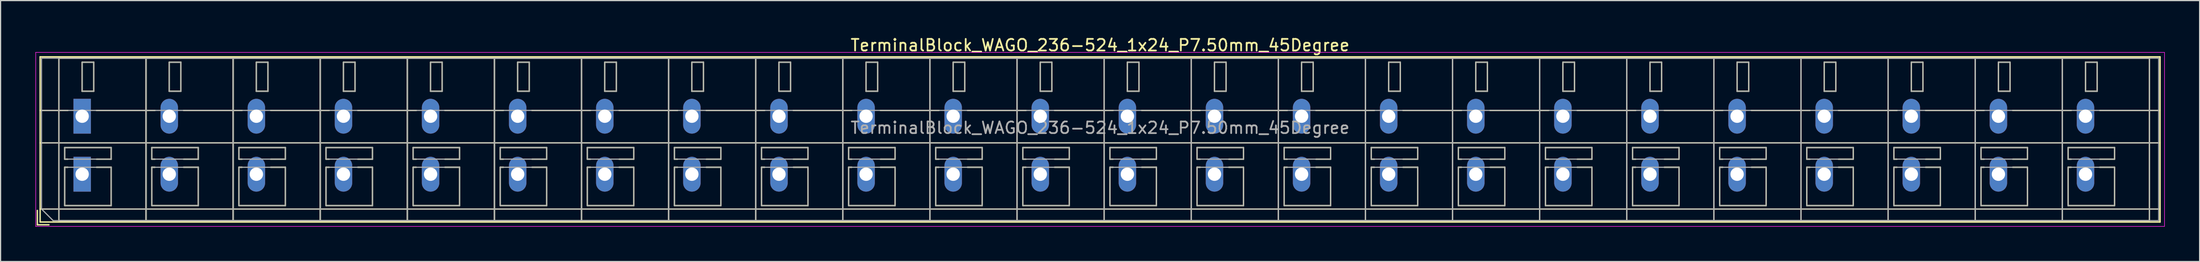
<source format=kicad_pcb>
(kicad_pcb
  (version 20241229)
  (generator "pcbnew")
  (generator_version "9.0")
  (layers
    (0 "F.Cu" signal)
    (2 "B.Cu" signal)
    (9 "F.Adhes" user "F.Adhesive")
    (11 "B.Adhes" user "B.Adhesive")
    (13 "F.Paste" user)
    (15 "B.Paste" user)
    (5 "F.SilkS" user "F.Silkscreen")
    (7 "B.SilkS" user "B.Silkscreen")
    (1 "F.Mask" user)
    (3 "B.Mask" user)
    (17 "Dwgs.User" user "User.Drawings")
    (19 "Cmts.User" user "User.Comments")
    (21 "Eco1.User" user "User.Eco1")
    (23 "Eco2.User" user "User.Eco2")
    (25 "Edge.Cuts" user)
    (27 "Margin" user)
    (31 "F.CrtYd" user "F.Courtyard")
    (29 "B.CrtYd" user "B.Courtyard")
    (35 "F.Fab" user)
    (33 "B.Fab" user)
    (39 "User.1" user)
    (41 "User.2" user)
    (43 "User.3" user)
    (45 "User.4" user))
  (footprint "TerminalBlock_WAGO_236-524_1x24_P7.50mm_45Degree"
    (layer "F.Cu")
    (at 4.025 6.968)
    (property "Reference" "TerminalBlock_WAGO_236-524_1x24_P7.50mm_45Degree" (at 87.65 -6.12 0) (layer "F.SilkS") (effects (font (size 1 1) (thickness 0.15))))
    (attr through_hole)
    (fp_line (start -3.86 8.12) (end -3.86 9.36) (stroke (width 0.12) (type solid)) (layer "F.SilkS"))
    (fp_line (start -3.86 9.36) (end -2.86 9.36) (stroke (width 0.12) (type solid)) (layer "F.SilkS"))
    (fp_line (start -3.62 -5.12) (end -3.62 9.12) (stroke (width 0.12) (type solid)) (layer "F.SilkS"))
    (fp_line (start -3.62 -5.12) (end 178.92 -5.12) (stroke (width 0.12) (type solid)) (layer "F.SilkS"))
    (fp_line (start -3.62 -0.5) (end -1.23 -0.5) (stroke (width 0.12) (type solid)) (layer "F.SilkS"))
    (fp_line (start -3.62 2.3) (end 178.92 2.3) (stroke (width 0.12) (type solid)) (layer "F.SilkS"))
    (fp_line (start -3.62 8) (end 178.92 8) (stroke (width 0.12) (type solid)) (layer "F.SilkS"))
    (fp_line (start -3.62 9.12) (end 178.92 9.12) (stroke (width 0.12) (type solid)) (layer "F.SilkS"))
    (fp_line (start -2 -5) (end -2 9) (stroke (width 0.12) (type solid)) (layer "F.SilkS"))
    (fp_line (start -2 -5) (end 5.5 -5) (stroke (width 0.12) (type solid)) (layer "F.SilkS"))
    (fp_line (start -2 9) (end 5.5 9) (stroke (width 0.12) (type solid)) (layer "F.SilkS"))
    (fp_line (start -1.5 2.7) (end -1.5 3.7) (stroke (width 0.12) (type solid)) (layer "F.SilkS"))
    (fp_line (start -1.5 2.7) (end 2.5 2.7) (stroke (width 0.12) (type solid)) (layer "F.SilkS"))
    (fp_line (start -1.5 3.7) (end -1.23 3.7) (stroke (width 0.12) (type solid)) (layer "F.SilkS"))
    (fp_line (start -1.5 4.4) (end -1.5 7.7) (stroke (width 0.12) (type solid)) (layer "F.SilkS"))
    (fp_line (start -1.5 4.4) (end -1.23 4.4) (stroke (width 0.12) (type solid)) (layer "F.SilkS"))
    (fp_line (start -1.5 7.7) (end 2.5 7.7) (stroke (width 0.12) (type solid)) (layer "F.SilkS"))
    (fp_line (start 0 -4.65) (end 0 -2.151) (stroke (width 0.12) (type solid)) (layer "F.SilkS"))
    (fp_line (start 0 -4.65) (end 1 -4.65) (stroke (width 0.12) (type solid)) (layer "F.SilkS"))
    (fp_line (start 0 -2.151) (end 1 -2.151) (stroke (width 0.12) (type solid)) (layer "F.SilkS"))
    (fp_line (start 1 -4.65) (end 1 -2.151) (stroke (width 0.12) (type solid)) (layer "F.SilkS"))
    (fp_line (start 1.23 -0.5) (end 6.27 -0.5) (stroke (width 0.12) (type solid)) (layer "F.SilkS"))
    (fp_line (start 1.23 3.7) (end 2.5 3.7) (stroke (width 0.12) (type solid)) (layer "F.SilkS"))
    (fp_line (start 1.23 4.4) (end 2.5 4.4) (stroke (width 0.12) (type solid)) (layer "F.SilkS"))
    (fp_line (start 2.5 2.7) (end 2.5 3.7) (stroke (width 0.12) (type solid)) (layer "F.SilkS"))
    (fp_line (start 2.5 4.4) (end 2.5 7.7) (stroke (width 0.12) (type solid)) (layer "F.SilkS"))
    (fp_line (start 5.5 -5) (end 5.5 9) (stroke (width 0.12) (type solid)) (layer "F.SilkS"))
    (fp_line (start 5.5 -5) (end 5.5 9) (stroke (width 0.12) (type solid)) (layer "F.SilkS"))
    (fp_line (start 5.5 -5) (end 13 -5) (stroke (width 0.12) (type solid)) (layer "F.SilkS"))
    (fp_line (start 5.5 9) (end 13 9) (stroke (width 0.12) (type solid)) (layer "F.SilkS"))
    (fp_line (start 6 2.7) (end 6 3.7) (stroke (width 0.12) (type solid)) (layer "F.SilkS"))
    (fp_line (start 6 2.7) (end 10 2.7) (stroke (width 0.12) (type solid)) (layer "F.SilkS"))
    (fp_line (start 6 3.7) (end 6.27 3.7) (stroke (width 0.12) (type solid)) (layer "F.SilkS"))
    (fp_line (start 6 4.4) (end 6 7.7) (stroke (width 0.12) (type solid)) (layer "F.SilkS"))
    (fp_line (start 6 4.4) (end 6.27 4.4) (stroke (width 0.12) (type solid)) (layer "F.SilkS"))
    (fp_line (start 6 7.7) (end 10 7.7) (stroke (width 0.12) (type solid)) (layer "F.SilkS"))
    (fp_line (start 7.5 -4.65) (end 7.5 -2.151) (stroke (width 0.12) (type solid)) (layer "F.SilkS"))
    (fp_line (start 7.5 -4.65) (end 8.5 -4.65) (stroke (width 0.12) (type solid)) (layer "F.SilkS"))
    (fp_line (start 7.5 -2.151) (end 8.5 -2.151) (stroke (width 0.12) (type solid)) (layer "F.SilkS"))
    (fp_line (start 8.5 -4.65) (end 8.5 -2.151) (stroke (width 0.12) (type solid)) (layer "F.SilkS"))
    (fp_line (start 8.73 -0.5) (end 13.77 -0.5) (stroke (width 0.12) (type solid)) (layer "F.SilkS"))
    (fp_line (start 8.73 3.7) (end 10 3.7) (stroke (width 0.12) (type solid)) (layer "F.SilkS"))
    (fp_line (start 8.73 4.4) (end 10 4.4) (stroke (width 0.12) (type solid)) (layer "F.SilkS"))
    (fp_line (start 10 2.7) (end 10 3.7) (stroke (width 0.12) (type solid)) (layer "F.SilkS"))
    (fp_line (start 10 4.4) (end 10 7.7) (stroke (width 0.12) (type solid)) (layer "F.SilkS"))
    (fp_line (start 13 -5) (end 13 9) (stroke (width 0.12) (type solid)) (layer "F.SilkS"))
    (fp_line (start 13 -5) (end 13 9) (stroke (width 0.12) (type solid)) (layer "F.SilkS"))
    (fp_line (start 13 -5) (end 20.5 -5) (stroke (width 0.12) (type solid)) (layer "F.SilkS"))
    (fp_line (start 13 9) (end 20.5 9) (stroke (width 0.12) (type solid)) (layer "F.SilkS"))
    (fp_line (start 13.5 2.7) (end 13.5 3.7) (stroke (width 0.12) (type solid)) (layer "F.SilkS"))
    (fp_line (start 13.5 2.7) (end 17.5 2.7) (stroke (width 0.12) (type solid)) (layer "F.SilkS"))
    (fp_line (start 13.5 3.7) (end 13.77 3.7) (stroke (width 0.12) (type solid)) (layer "F.SilkS"))
    (fp_line (start 13.5 4.4) (end 13.5 7.7) (stroke (width 0.12) (type solid)) (layer "F.SilkS"))
    (fp_line (start 13.5 4.4) (end 13.77 4.4) (stroke (width 0.12) (type solid)) (layer "F.SilkS"))
    (fp_line (start 13.5 7.7) (end 17.5 7.7) (stroke (width 0.12) (type solid)) (layer "F.SilkS"))
    (fp_line (start 15 -4.65) (end 15 -2.151) (stroke (width 0.12) (type solid)) (layer "F.SilkS"))
    (fp_line (start 15 -4.65) (end 16 -4.65) (stroke (width 0.12) (type solid)) (layer "F.SilkS"))
    (fp_line (start 15 -2.151) (end 16 -2.151) (stroke (width 0.12) (type solid)) (layer "F.SilkS"))
    (fp_line (start 16 -4.65) (end 16 -2.151) (stroke (width 0.12) (type solid)) (layer "F.SilkS"))
    (fp_line (start 16.23 -0.5) (end 21.27 -0.5) (stroke (width 0.12) (type solid)) (layer "F.SilkS"))
    (fp_line (start 16.23 3.7) (end 17.5 3.7) (stroke (width 0.12) (type solid)) (layer "F.SilkS"))
    (fp_line (start 16.23 4.4) (end 17.5 4.4) (stroke (width 0.12) (type solid)) (layer "F.SilkS"))
    (fp_line (start 17.5 2.7) (end 17.5 3.7) (stroke (width 0.12) (type solid)) (layer "F.SilkS"))
    (fp_line (start 17.5 4.4) (end 17.5 7.7) (stroke (width 0.12) (type solid)) (layer "F.SilkS"))
    (fp_line (start 20.5 -5) (end 20.5 9) (stroke (width 0.12) (type solid)) (layer "F.SilkS"))
    (fp_line (start 20.5 -5) (end 20.5 9) (stroke (width 0.12) (type solid)) (layer "F.SilkS"))
    (fp_line (start 20.5 -5) (end 28 -5) (stroke (width 0.12) (type solid)) (layer "F.SilkS"))
    (fp_line (start 20.5 9) (end 28 9) (stroke (width 0.12) (type solid)) (layer "F.SilkS"))
    (fp_line (start 21 2.7) (end 21 3.7) (stroke (width 0.12) (type solid)) (layer "F.SilkS"))
    (fp_line (start 21 2.7) (end 25 2.7) (stroke (width 0.12) (type solid)) (layer "F.SilkS"))
    (fp_line (start 21 3.7) (end 21.27 3.7) (stroke (width 0.12) (type solid)) (layer "F.SilkS"))
    (fp_line (start 21 4.4) (end 21 7.7) (stroke (width 0.12) (type solid)) (layer "F.SilkS"))
    (fp_line (start 21 4.4) (end 21.27 4.4) (stroke (width 0.12) (type solid)) (layer "F.SilkS"))
    (fp_line (start 21 7.7) (end 25 7.7) (stroke (width 0.12) (type solid)) (layer "F.SilkS"))
    (fp_line (start 22.5 -4.65) (end 22.5 -2.151) (stroke (width 0.12) (type solid)) (layer "F.SilkS"))
    (fp_line (start 22.5 -4.65) (end 23.5 -4.65) (stroke (width 0.12) (type solid)) (layer "F.SilkS"))
    (fp_line (start 22.5 -2.151) (end 23.5 -2.151) (stroke (width 0.12) (type solid)) (layer "F.SilkS"))
    (fp_line (start 23.5 -4.65) (end 23.5 -2.151) (stroke (width 0.12) (type solid)) (layer "F.SilkS"))
    (fp_line (start 23.73 -0.5) (end 28.77 -0.5) (stroke (width 0.12) (type solid)) (layer "F.SilkS"))
    (fp_line (start 23.73 3.7) (end 25 3.7) (stroke (width 0.12) (type solid)) (layer "F.SilkS"))
    (fp_line (start 23.73 4.4) (end 25 4.4) (stroke (width 0.12) (type solid)) (layer "F.SilkS"))
    (fp_line (start 25 2.7) (end 25 3.7) (stroke (width 0.12) (type solid)) (layer "F.SilkS"))
    (fp_line (start 25 4.4) (end 25 7.7) (stroke (width 0.12) (type solid)) (layer "F.SilkS"))
    (fp_line (start 28 -5) (end 28 9) (stroke (width 0.12) (type solid)) (layer "F.SilkS"))
    (fp_line (start 28 -5) (end 28 9) (stroke (width 0.12) (type solid)) (layer "F.SilkS"))
    (fp_line (start 28 -5) (end 35.5 -5) (stroke (width 0.12) (type solid)) (layer "F.SilkS"))
    (fp_line (start 28 9) (end 35.5 9) (stroke (width 0.12) (type solid)) (layer "F.SilkS"))
    (fp_line (start 28.5 2.7) (end 28.5 3.7) (stroke (width 0.12) (type solid)) (layer "F.SilkS"))
    (fp_line (start 28.5 2.7) (end 32.5 2.7) (stroke (width 0.12) (type solid)) (layer "F.SilkS"))
    (fp_line (start 28.5 3.7) (end 28.77 3.7) (stroke (width 0.12) (type solid)) (layer "F.SilkS"))
    (fp_line (start 28.5 4.4) (end 28.5 7.7) (stroke (width 0.12) (type solid)) (layer "F.SilkS"))
    (fp_line (start 28.5 4.4) (end 28.77 4.4) (stroke (width 0.12) (type solid)) (layer "F.SilkS"))
    (fp_line (start 28.5 7.7) (end 32.5 7.7) (stroke (width 0.12) (type solid)) (layer "F.SilkS"))
    (fp_line (start 30 -4.65) (end 30 -2.151) (stroke (width 0.12) (type solid)) (layer "F.SilkS"))
    (fp_line (start 30 -4.65) (end 31 -4.65) (stroke (width 0.12) (type solid)) (layer "F.SilkS"))
    (fp_line (start 30 -2.151) (end 31 -2.151) (stroke (width 0.12) (type solid)) (layer "F.SilkS"))
    (fp_line (start 31 -4.65) (end 31 -2.151) (stroke (width 0.12) (type solid)) (layer "F.SilkS"))
    (fp_line (start 31.23 -0.5) (end 36.27 -0.5) (stroke (width 0.12) (type solid)) (layer "F.SilkS"))
    (fp_line (start 31.23 3.7) (end 32.5 3.7) (stroke (width 0.12) (type solid)) (layer "F.SilkS"))
    (fp_line (start 31.23 4.4) (end 32.5 4.4) (stroke (width 0.12) (type solid)) (layer "F.SilkS"))
    (fp_line (start 32.5 2.7) (end 32.5 3.7) (stroke (width 0.12) (type solid)) (layer "F.SilkS"))
    (fp_line (start 32.5 4.4) (end 32.5 7.7) (stroke (width 0.12) (type solid)) (layer "F.SilkS"))
    (fp_line (start 35.5 -5) (end 35.5 9) (stroke (width 0.12) (type solid)) (layer "F.SilkS"))
    (fp_line (start 35.5 -5) (end 35.5 9) (stroke (width 0.12) (type solid)) (layer "F.SilkS"))
    (fp_line (start 35.5 -5) (end 43 -5) (stroke (width 0.12) (type solid)) (layer "F.SilkS"))
    (fp_line (start 35.5 9) (end 43 9) (stroke (width 0.12) (type solid)) (layer "F.SilkS"))
    (fp_line (start 36 2.7) (end 36 3.7) (stroke (width 0.12) (type solid)) (layer "F.SilkS"))
    (fp_line (start 36 2.7) (end 40 2.7) (stroke (width 0.12) (type solid)) (layer "F.SilkS"))
    (fp_line (start 36 3.7) (end 36.27 3.7) (stroke (width 0.12) (type solid)) (layer "F.SilkS"))
    (fp_line (start 36 4.4) (end 36 7.7) (stroke (width 0.12) (type solid)) (layer "F.SilkS"))
    (fp_line (start 36 4.4) (end 36.27 4.4) (stroke (width 0.12) (type solid)) (layer "F.SilkS"))
    (fp_line (start 36 7.7) (end 40 7.7) (stroke (width 0.12) (type solid)) (layer "F.SilkS"))
    (fp_line (start 37.5 -4.65) (end 37.5 -2.151) (stroke (width 0.12) (type solid)) (layer "F.SilkS"))
    (fp_line (start 37.5 -4.65) (end 38.5 -4.65) (stroke (width 0.12) (type solid)) (layer "F.SilkS"))
    (fp_line (start 37.5 -2.151) (end 38.5 -2.151) (stroke (width 0.12) (type solid)) (layer "F.SilkS"))
    (fp_line (start 38.5 -4.65) (end 38.5 -2.151) (stroke (width 0.12) (type solid)) (layer "F.SilkS"))
    (fp_line (start 38.73 -0.5) (end 43.77 -0.5) (stroke (width 0.12) (type solid)) (layer "F.SilkS"))
    (fp_line (start 38.73 3.7) (end 40 3.7) (stroke (width 0.12) (type solid)) (layer "F.SilkS"))
    (fp_line (start 38.73 4.4) (end 40 4.4) (stroke (width 0.12) (type solid)) (layer "F.SilkS"))
    (fp_line (start 40 2.7) (end 40 3.7) (stroke (width 0.12) (type solid)) (layer "F.SilkS"))
    (fp_line (start 40 4.4) (end 40 7.7) (stroke (width 0.12) (type solid)) (layer "F.SilkS"))
    (fp_line (start 43 -5) (end 43 9) (stroke (width 0.12) (type solid)) (layer "F.SilkS"))
    (fp_line (start 43 -5) (end 43 9) (stroke (width 0.12) (type solid)) (layer "F.SilkS"))
    (fp_line (start 43 -5) (end 50.5 -5) (stroke (width 0.12) (type solid)) (layer "F.SilkS"))
    (fp_line (start 43 9) (end 50.5 9) (stroke (width 0.12) (type solid)) (layer "F.SilkS"))
    (fp_line (start 43.5 2.7) (end 43.5 3.7) (stroke (width 0.12) (type solid)) (layer "F.SilkS"))
    (fp_line (start 43.5 2.7) (end 47.5 2.7) (stroke (width 0.12) (type solid)) (layer "F.SilkS"))
    (fp_line (start 43.5 3.7) (end 43.77 3.7) (stroke (width 0.12) (type solid)) (layer "F.SilkS"))
    (fp_line (start 43.5 4.4) (end 43.5 7.7) (stroke (width 0.12) (type solid)) (layer "F.SilkS"))
    (fp_line (start 43.5 4.4) (end 43.77 4.4) (stroke (width 0.12) (type solid)) (layer "F.SilkS"))
    (fp_line (start 43.5 7.7) (end 47.5 7.7) (stroke (width 0.12) (type solid)) (layer "F.SilkS"))
    (fp_line (start 45 -4.65) (end 45 -2.151) (stroke (width 0.12) (type solid)) (layer "F.SilkS"))
    (fp_line (start 45 -4.65) (end 46 -4.65) (stroke (width 0.12) (type solid)) (layer "F.SilkS"))
    (fp_line (start 45 -2.151) (end 46 -2.151) (stroke (width 0.12) (type solid)) (layer "F.SilkS"))
    (fp_line (start 46 -4.65) (end 46 -2.151) (stroke (width 0.12) (type solid)) (layer "F.SilkS"))
    (fp_line (start 46.23 -0.5) (end 51.27 -0.5) (stroke (width 0.12) (type solid)) (layer "F.SilkS"))
    (fp_line (start 46.23 3.7) (end 47.5 3.7) (stroke (width 0.12) (type solid)) (layer "F.SilkS"))
    (fp_line (start 46.23 4.4) (end 47.5 4.4) (stroke (width 0.12) (type solid)) (layer "F.SilkS"))
    (fp_line (start 47.5 2.7) (end 47.5 3.7) (stroke (width 0.12) (type solid)) (layer "F.SilkS"))
    (fp_line (start 47.5 4.4) (end 47.5 7.7) (stroke (width 0.12) (type solid)) (layer "F.SilkS"))
    (fp_line (start 50.5 -5) (end 50.5 9) (stroke (width 0.12) (type solid)) (layer "F.SilkS"))
    (fp_line (start 50.5 -5) (end 50.5 9) (stroke (width 0.12) (type solid)) (layer "F.SilkS"))
    (fp_line (start 50.5 -5) (end 58 -5) (stroke (width 0.12) (type solid)) (layer "F.SilkS"))
    (fp_line (start 50.5 9) (end 58 9) (stroke (width 0.12) (type solid)) (layer "F.SilkS"))
    (fp_line (start 51 2.7) (end 51 3.7) (stroke (width 0.12) (type solid)) (layer "F.SilkS"))
    (fp_line (start 51 2.7) (end 55 2.7) (stroke (width 0.12) (type solid)) (layer "F.SilkS"))
    (fp_line (start 51 3.7) (end 51.27 3.7) (stroke (width 0.12) (type solid)) (layer "F.SilkS"))
    (fp_line (start 51 4.4) (end 51 7.7) (stroke (width 0.12) (type solid)) (layer "F.SilkS"))
    (fp_line (start 51 4.4) (end 51.27 4.4) (stroke (width 0.12) (type solid)) (layer "F.SilkS"))
    (fp_line (start 51 7.7) (end 55 7.7) (stroke (width 0.12) (type solid)) (layer "F.SilkS"))
    (fp_line (start 52.5 -4.65) (end 52.5 -2.151) (stroke (width 0.12) (type solid)) (layer "F.SilkS"))
    (fp_line (start 52.5 -4.65) (end 53.5 -4.65) (stroke (width 0.12) (type solid)) (layer "F.SilkS"))
    (fp_line (start 52.5 -2.151) (end 53.5 -2.151) (stroke (width 0.12) (type solid)) (layer "F.SilkS"))
    (fp_line (start 53.5 -4.65) (end 53.5 -2.151) (stroke (width 0.12) (type solid)) (layer "F.SilkS"))
    (fp_line (start 53.73 -0.5) (end 58.77 -0.5) (stroke (width 0.12) (type solid)) (layer "F.SilkS"))
    (fp_line (start 53.73 3.7) (end 55 3.7) (stroke (width 0.12) (type solid)) (layer "F.SilkS"))
    (fp_line (start 53.73 4.4) (end 55 4.4) (stroke (width 0.12) (type solid)) (layer "F.SilkS"))
    (fp_line (start 55 2.7) (end 55 3.7) (stroke (width 0.12) (type solid)) (layer "F.SilkS"))
    (fp_line (start 55 4.4) (end 55 7.7) (stroke (width 0.12) (type solid)) (layer "F.SilkS"))
    (fp_line (start 58 -5) (end 58 9) (stroke (width 0.12) (type solid)) (layer "F.SilkS"))
    (fp_line (start 58 -5) (end 58 9) (stroke (width 0.12) (type solid)) (layer "F.SilkS"))
    (fp_line (start 58 -5) (end 65.5 -5) (stroke (width 0.12) (type solid)) (layer "F.SilkS"))
    (fp_line (start 58 9) (end 65.5 9) (stroke (width 0.12) (type solid)) (layer "F.SilkS"))
    (fp_line (start 58.5 2.7) (end 58.5 3.7) (stroke (width 0.12) (type solid)) (layer "F.SilkS"))
    (fp_line (start 58.5 2.7) (end 62.5 2.7) (stroke (width 0.12) (type solid)) (layer "F.SilkS"))
    (fp_line (start 58.5 3.7) (end 58.77 3.7) (stroke (width 0.12) (type solid)) (layer "F.SilkS"))
    (fp_line (start 58.5 4.4) (end 58.5 7.7) (stroke (width 0.12) (type solid)) (layer "F.SilkS"))
    (fp_line (start 58.5 4.4) (end 58.77 4.4) (stroke (width 0.12) (type solid)) (layer "F.SilkS"))
    (fp_line (start 58.5 7.7) (end 62.5 7.7) (stroke (width 0.12) (type solid)) (layer "F.SilkS"))
    (fp_line (start 60 -4.65) (end 60 -2.151) (stroke (width 0.12) (type solid)) (layer "F.SilkS"))
    (fp_line (start 60 -4.65) (end 61 -4.65) (stroke (width 0.12) (type solid)) (layer "F.SilkS"))
    (fp_line (start 60 -2.151) (end 61 -2.151) (stroke (width 0.12) (type solid)) (layer "F.SilkS"))
    (fp_line (start 61 -4.65) (end 61 -2.151) (stroke (width 0.12) (type solid)) (layer "F.SilkS"))
    (fp_line (start 61.23 -0.5) (end 66.27 -0.5) (stroke (width 0.12) (type solid)) (layer "F.SilkS"))
    (fp_line (start 61.23 3.7) (end 62.5 3.7) (stroke (width 0.12) (type solid)) (layer "F.SilkS"))
    (fp_line (start 61.23 4.4) (end 62.5 4.4) (stroke (width 0.12) (type solid)) (layer "F.SilkS"))
    (fp_line (start 62.5 2.7) (end 62.5 3.7) (stroke (width 0.12) (type solid)) (layer "F.SilkS"))
    (fp_line (start 62.5 4.4) (end 62.5 7.7) (stroke (width 0.12) (type solid)) (layer "F.SilkS"))
    (fp_line (start 65.5 -5) (end 65.5 9) (stroke (width 0.12) (type solid)) (layer "F.SilkS"))
    (fp_line (start 65.5 -5) (end 65.5 9) (stroke (width 0.12) (type solid)) (layer "F.SilkS"))
    (fp_line (start 65.5 -5) (end 73 -5) (stroke (width 0.12) (type solid)) (layer "F.SilkS"))
    (fp_line (start 65.5 9) (end 73 9) (stroke (width 0.12) (type solid)) (layer "F.SilkS"))
    (fp_line (start 66 2.7) (end 66 3.7) (stroke (width 0.12) (type solid)) (layer "F.SilkS"))
    (fp_line (start 66 2.7) (end 70 2.7) (stroke (width 0.12) (type solid)) (layer "F.SilkS"))
    (fp_line (start 66 3.7) (end 66.27 3.7) (stroke (width 0.12) (type solid)) (layer "F.SilkS"))
    (fp_line (start 66 4.4) (end 66 7.7) (stroke (width 0.12) (type solid)) (layer "F.SilkS"))
    (fp_line (start 66 4.4) (end 66.27 4.4) (stroke (width 0.12) (type solid)) (layer "F.SilkS"))
    (fp_line (start 66 7.7) (end 70 7.7) (stroke (width 0.12) (type solid)) (layer "F.SilkS"))
    (fp_line (start 67.5 -4.65) (end 67.5 -2.151) (stroke (width 0.12) (type solid)) (layer "F.SilkS"))
    (fp_line (start 67.5 -4.65) (end 68.5 -4.65) (stroke (width 0.12) (type solid)) (layer "F.SilkS"))
    (fp_line (start 67.5 -2.151) (end 68.5 -2.151) (stroke (width 0.12) (type solid)) (layer "F.SilkS"))
    (fp_line (start 68.5 -4.65) (end 68.5 -2.151) (stroke (width 0.12) (type solid)) (layer "F.SilkS"))
    (fp_line (start 68.73 -0.5) (end 73.77 -0.5) (stroke (width 0.12) (type solid)) (layer "F.SilkS"))
    (fp_line (start 68.73 3.7) (end 70 3.7) (stroke (width 0.12) (type solid)) (layer "F.SilkS"))
    (fp_line (start 68.73 4.4) (end 70 4.4) (stroke (width 0.12) (type solid)) (layer "F.SilkS"))
    (fp_line (start 70 2.7) (end 70 3.7) (stroke (width 0.12) (type solid)) (layer "F.SilkS"))
    (fp_line (start 70 4.4) (end 70 7.7) (stroke (width 0.12) (type solid)) (layer "F.SilkS"))
    (fp_line (start 73 -5) (end 73 9) (stroke (width 0.12) (type solid)) (layer "F.SilkS"))
    (fp_line (start 73 -5) (end 73 9) (stroke (width 0.12) (type solid)) (layer "F.SilkS"))
    (fp_line (start 73 -5) (end 80.5 -5) (stroke (width 0.12) (type solid)) (layer "F.SilkS"))
    (fp_line (start 73 9) (end 80.5 9) (stroke (width 0.12) (type solid)) (layer "F.SilkS"))
    (fp_line (start 73.5 2.7) (end 73.5 3.7) (stroke (width 0.12) (type solid)) (layer "F.SilkS"))
    (fp_line (start 73.5 2.7) (end 77.5 2.7) (stroke (width 0.12) (type solid)) (layer "F.SilkS"))
    (fp_line (start 73.5 3.7) (end 73.77 3.7) (stroke (width 0.12) (type solid)) (layer "F.SilkS"))
    (fp_line (start 73.5 4.4) (end 73.5 7.7) (stroke (width 0.12) (type solid)) (layer "F.SilkS"))
    (fp_line (start 73.5 4.4) (end 73.77 4.4) (stroke (width 0.12) (type solid)) (layer "F.SilkS"))
    (fp_line (start 73.5 7.7) (end 77.5 7.7) (stroke (width 0.12) (type solid)) (layer "F.SilkS"))
    (fp_line (start 75 -4.65) (end 75 -2.151) (stroke (width 0.12) (type solid)) (layer "F.SilkS"))
    (fp_line (start 75 -4.65) (end 76 -4.65) (stroke (width 0.12) (type solid)) (layer "F.SilkS"))
    (fp_line (start 75 -2.151) (end 76 -2.151) (stroke (width 0.12) (type solid)) (layer "F.SilkS"))
    (fp_line (start 76 -4.65) (end 76 -2.151) (stroke (width 0.12) (type solid)) (layer "F.SilkS"))
    (fp_line (start 76.23 -0.5) (end 81.27 -0.5) (stroke (width 0.12) (type solid)) (layer "F.SilkS"))
    (fp_line (start 76.23 3.7) (end 77.5 3.7) (stroke (width 0.12) (type solid)) (layer "F.SilkS"))
    (fp_line (start 76.23 4.4) (end 77.5 4.4) (stroke (width 0.12) (type solid)) (layer "F.SilkS"))
    (fp_line (start 77.5 2.7) (end 77.5 3.7) (stroke (width 0.12) (type solid)) (layer "F.SilkS"))
    (fp_line (start 77.5 4.4) (end 77.5 7.7) (stroke (width 0.12) (type solid)) (layer "F.SilkS"))
    (fp_line (start 80.5 -5) (end 80.5 9) (stroke (width 0.12) (type solid)) (layer "F.SilkS"))
    (fp_line (start 80.5 -5) (end 80.5 9) (stroke (width 0.12) (type solid)) (layer "F.SilkS"))
    (fp_line (start 80.5 -5) (end 88 -5) (stroke (width 0.12) (type solid)) (layer "F.SilkS"))
    (fp_line (start 80.5 9) (end 88 9) (stroke (width 0.12) (type solid)) (layer "F.SilkS"))
    (fp_line (start 81 2.7) (end 81 3.7) (stroke (width 0.12) (type solid)) (layer "F.SilkS"))
    (fp_line (start 81 2.7) (end 85 2.7) (stroke (width 0.12) (type solid)) (layer "F.SilkS"))
    (fp_line (start 81 3.7) (end 81.27 3.7) (stroke (width 0.12) (type solid)) (layer "F.SilkS"))
    (fp_line (start 81 4.4) (end 81 7.7) (stroke (width 0.12) (type solid)) (layer "F.SilkS"))
    (fp_line (start 81 4.4) (end 81.27 4.4) (stroke (width 0.12) (type solid)) (layer "F.SilkS"))
    (fp_line (start 81 7.7) (end 85 7.7) (stroke (width 0.12) (type solid)) (layer "F.SilkS"))
    (fp_line (start 82.5 -4.65) (end 82.5 -2.151) (stroke (width 0.12) (type solid)) (layer "F.SilkS"))
    (fp_line (start 82.5 -4.65) (end 83.5 -4.65) (stroke (width 0.12) (type solid)) (layer "F.SilkS"))
    (fp_line (start 82.5 -2.151) (end 83.5 -2.151) (stroke (width 0.12) (type solid)) (layer "F.SilkS"))
    (fp_line (start 83.5 -4.65) (end 83.5 -2.151) (stroke (width 0.12) (type solid)) (layer "F.SilkS"))
    (fp_line (start 83.73 -0.5) (end 88.77 -0.5) (stroke (width 0.12) (type solid)) (layer "F.SilkS"))
    (fp_line (start 83.73 3.7) (end 85 3.7) (stroke (width 0.12) (type solid)) (layer "F.SilkS"))
    (fp_line (start 83.73 4.4) (end 85 4.4) (stroke (width 0.12) (type solid)) (layer "F.SilkS"))
    (fp_line (start 85 2.7) (end 85 3.7) (stroke (width 0.12) (type solid)) (layer "F.SilkS"))
    (fp_line (start 85 4.4) (end 85 7.7) (stroke (width 0.12) (type solid)) (layer "F.SilkS"))
    (fp_line (start 88 -5) (end 88 9) (stroke (width 0.12) (type solid)) (layer "F.SilkS"))
    (fp_line (start 88 -5) (end 88 9) (stroke (width 0.12) (type solid)) (layer "F.SilkS"))
    (fp_line (start 88 -5) (end 95.5 -5) (stroke (width 0.12) (type solid)) (layer "F.SilkS"))
    (fp_line (start 88 9) (end 95.5 9) (stroke (width 0.12) (type solid)) (layer "F.SilkS"))
    (fp_line (start 88.5 2.7) (end 88.5 3.7) (stroke (width 0.12) (type solid)) (layer "F.SilkS"))
    (fp_line (start 88.5 2.7) (end 92.5 2.7) (stroke (width 0.12) (type solid)) (layer "F.SilkS"))
    (fp_line (start 88.5 3.7) (end 88.77 3.7) (stroke (width 0.12) (type solid)) (layer "F.SilkS"))
    (fp_line (start 88.5 4.4) (end 88.5 7.7) (stroke (width 0.12) (type solid)) (layer "F.SilkS"))
    (fp_line (start 88.5 4.4) (end 88.77 4.4) (stroke (width 0.12) (type solid)) (layer "F.SilkS"))
    (fp_line (start 88.5 7.7) (end 92.5 7.7) (stroke (width 0.12) (type solid)) (layer "F.SilkS"))
    (fp_line (start 90 -4.65) (end 90 -2.151) (stroke (width 0.12) (type solid)) (layer "F.SilkS"))
    (fp_line (start 90 -4.65) (end 91 -4.65) (stroke (width 0.12) (type solid)) (layer "F.SilkS"))
    (fp_line (start 90 -2.151) (end 91 -2.151) (stroke (width 0.12) (type solid)) (layer "F.SilkS"))
    (fp_line (start 91 -4.65) (end 91 -2.151) (stroke (width 0.12) (type solid)) (layer "F.SilkS"))
    (fp_line (start 91.23 -0.5) (end 96.27 -0.5) (stroke (width 0.12) (type solid)) (layer "F.SilkS"))
    (fp_line (start 91.23 3.7) (end 92.5 3.7) (stroke (width 0.12) (type solid)) (layer "F.SilkS"))
    (fp_line (start 91.23 4.4) (end 92.5 4.4) (stroke (width 0.12) (type solid)) (layer "F.SilkS"))
    (fp_line (start 92.5 2.7) (end 92.5 3.7) (stroke (width 0.12) (type solid)) (layer "F.SilkS"))
    (fp_line (start 92.5 4.4) (end 92.5 7.7) (stroke (width 0.12) (type solid)) (layer "F.SilkS"))
    (fp_line (start 95.5 -5) (end 95.5 9) (stroke (width 0.12) (type solid)) (layer "F.SilkS"))
    (fp_line (start 95.5 -5) (end 95.5 9) (stroke (width 0.12) (type solid)) (layer "F.SilkS"))
    (fp_line (start 95.5 -5) (end 103 -5) (stroke (width 0.12) (type solid)) (layer "F.SilkS"))
    (fp_line (start 95.5 9) (end 103 9) (stroke (width 0.12) (type solid)) (layer "F.SilkS"))
    (fp_line (start 96 2.7) (end 96 3.7) (stroke (width 0.12) (type solid)) (layer "F.SilkS"))
    (fp_line (start 96 2.7) (end 100 2.7) (stroke (width 0.12) (type solid)) (layer "F.SilkS"))
    (fp_line (start 96 3.7) (end 96.27 3.7) (stroke (width 0.12) (type solid)) (layer "F.SilkS"))
    (fp_line (start 96 4.4) (end 96 7.7) (stroke (width 0.12) (type solid)) (layer "F.SilkS"))
    (fp_line (start 96 4.4) (end 96.27 4.4) (stroke (width 0.12) (type solid)) (layer "F.SilkS"))
    (fp_line (start 96 7.7) (end 100 7.7) (stroke (width 0.12) (type solid)) (layer "F.SilkS"))
    (fp_line (start 97.5 -4.65) (end 97.5 -2.151) (stroke (width 0.12) (type solid)) (layer "F.SilkS"))
    (fp_line (start 97.5 -4.65) (end 98.5 -4.65) (stroke (width 0.12) (type solid)) (layer "F.SilkS"))
    (fp_line (start 97.5 -2.151) (end 98.5 -2.151) (stroke (width 0.12) (type solid)) (layer "F.SilkS"))
    (fp_line (start 98.5 -4.65) (end 98.5 -2.151) (stroke (width 0.12) (type solid)) (layer "F.SilkS"))
    (fp_line (start 98.73 -0.5) (end 103.77 -0.5) (stroke (width 0.12) (type solid)) (layer "F.SilkS"))
    (fp_line (start 98.73 3.7) (end 100 3.7) (stroke (width 0.12) (type solid)) (layer "F.SilkS"))
    (fp_line (start 98.73 4.4) (end 100 4.4) (stroke (width 0.12) (type solid)) (layer "F.SilkS"))
    (fp_line (start 100 2.7) (end 100 3.7) (stroke (width 0.12) (type solid)) (layer "F.SilkS"))
    (fp_line (start 100 4.4) (end 100 7.7) (stroke (width 0.12) (type solid)) (layer "F.SilkS"))
    (fp_line (start 103 -5) (end 103 9) (stroke (width 0.12) (type solid)) (layer "F.SilkS"))
    (fp_line (start 103 -5) (end 103 9) (stroke (width 0.12) (type solid)) (layer "F.SilkS"))
    (fp_line (start 103 -5) (end 110.5 -5) (stroke (width 0.12) (type solid)) (layer "F.SilkS"))
    (fp_line (start 103 9) (end 110.5 9) (stroke (width 0.12) (type solid)) (layer "F.SilkS"))
    (fp_line (start 103.5 2.7) (end 103.5 3.7) (stroke (width 0.12) (type solid)) (layer "F.SilkS"))
    (fp_line (start 103.5 2.7) (end 107.5 2.7) (stroke (width 0.12) (type solid)) (layer "F.SilkS"))
    (fp_line (start 103.5 3.7) (end 103.77 3.7) (stroke (width 0.12) (type solid)) (layer "F.SilkS"))
    (fp_line (start 103.5 4.4) (end 103.5 7.7) (stroke (width 0.12) (type solid)) (layer "F.SilkS"))
    (fp_line (start 103.5 4.4) (end 103.77 4.4) (stroke (width 0.12) (type solid)) (layer "F.SilkS"))
    (fp_line (start 103.5 7.7) (end 107.5 7.7) (stroke (width 0.12) (type solid)) (layer "F.SilkS"))
    (fp_line (start 105 -4.65) (end 105 -2.151) (stroke (width 0.12) (type solid)) (layer "F.SilkS"))
    (fp_line (start 105 -4.65) (end 106 -4.65) (stroke (width 0.12) (type solid)) (layer "F.SilkS"))
    (fp_line (start 105 -2.151) (end 106 -2.151) (stroke (width 0.12) (type solid)) (layer "F.SilkS"))
    (fp_line (start 106 -4.65) (end 106 -2.151) (stroke (width 0.12) (type solid)) (layer "F.SilkS"))
    (fp_line (start 106.23 -0.5) (end 111.27 -0.5) (stroke (width 0.12) (type solid)) (layer "F.SilkS"))
    (fp_line (start 106.23 3.7) (end 107.5 3.7) (stroke (width 0.12) (type solid)) (layer "F.SilkS"))
    (fp_line (start 106.23 4.4) (end 107.5 4.4) (stroke (width 0.12) (type solid)) (layer "F.SilkS"))
    (fp_line (start 107.5 2.7) (end 107.5 3.7) (stroke (width 0.12) (type solid)) (layer "F.SilkS"))
    (fp_line (start 107.5 4.4) (end 107.5 7.7) (stroke (width 0.12) (type solid)) (layer "F.SilkS"))
    (fp_line (start 110.5 -5) (end 110.5 9) (stroke (width 0.12) (type solid)) (layer "F.SilkS"))
    (fp_line (start 110.5 -5) (end 110.5 9) (stroke (width 0.12) (type solid)) (layer "F.SilkS"))
    (fp_line (start 110.5 -5) (end 118 -5) (stroke (width 0.12) (type solid)) (layer "F.SilkS"))
    (fp_line (start 110.5 9) (end 118 9) (stroke (width 0.12) (type solid)) (layer "F.SilkS"))
    (fp_line (start 111 2.7) (end 111 3.7) (stroke (width 0.12) (type solid)) (layer "F.SilkS"))
    (fp_line (start 111 2.7) (end 115 2.7) (stroke (width 0.12) (type solid)) (layer "F.SilkS"))
    (fp_line (start 111 3.7) (end 111.27 3.7) (stroke (width 0.12) (type solid)) (layer "F.SilkS"))
    (fp_line (start 111 4.4) (end 111 7.7) (stroke (width 0.12) (type solid)) (layer "F.SilkS"))
    (fp_line (start 111 4.4) (end 111.27 4.4) (stroke (width 0.12) (type solid)) (layer "F.SilkS"))
    (fp_line (start 111 7.7) (end 115 7.7) (stroke (width 0.12) (type solid)) (layer "F.SilkS"))
    (fp_line (start 112.5 -4.65) (end 112.5 -2.151) (stroke (width 0.12) (type solid)) (layer "F.SilkS"))
    (fp_line (start 112.5 -4.65) (end 113.5 -4.65) (stroke (width 0.12) (type solid)) (layer "F.SilkS"))
    (fp_line (start 112.5 -2.151) (end 113.5 -2.151) (stroke (width 0.12) (type solid)) (layer "F.SilkS"))
    (fp_line (start 113.5 -4.65) (end 113.5 -2.151) (stroke (width 0.12) (type solid)) (layer "F.SilkS"))
    (fp_line (start 113.73 -0.5) (end 118.77 -0.5) (stroke (width 0.12) (type solid)) (layer "F.SilkS"))
    (fp_line (start 113.73 3.7) (end 115 3.7) (stroke (width 0.12) (type solid)) (layer "F.SilkS"))
    (fp_line (start 113.73 4.4) (end 115 4.4) (stroke (width 0.12) (type solid)) (layer "F.SilkS"))
    (fp_line (start 115 2.7) (end 115 3.7) (stroke (width 0.12) (type solid)) (layer "F.SilkS"))
    (fp_line (start 115 4.4) (end 115 7.7) (stroke (width 0.12) (type solid)) (layer "F.SilkS"))
    (fp_line (start 118 -5) (end 118 9) (stroke (width 0.12) (type solid)) (layer "F.SilkS"))
    (fp_line (start 118 -5) (end 118 9) (stroke (width 0.12) (type solid)) (layer "F.SilkS"))
    (fp_line (start 118 -5) (end 125.5 -5) (stroke (width 0.12) (type solid)) (layer "F.SilkS"))
    (fp_line (start 118 9) (end 125.5 9) (stroke (width 0.12) (type solid)) (layer "F.SilkS"))
    (fp_line (start 118.5 2.7) (end 118.5 3.7) (stroke (width 0.12) (type solid)) (layer "F.SilkS"))
    (fp_line (start 118.5 2.7) (end 122.5 2.7) (stroke (width 0.12) (type solid)) (layer "F.SilkS"))
    (fp_line (start 118.5 3.7) (end 118.77 3.7) (stroke (width 0.12) (type solid)) (layer "F.SilkS"))
    (fp_line (start 118.5 4.4) (end 118.5 7.7) (stroke (width 0.12) (type solid)) (layer "F.SilkS"))
    (fp_line (start 118.5 4.4) (end 118.77 4.4) (stroke (width 0.12) (type solid)) (layer "F.SilkS"))
    (fp_line (start 118.5 7.7) (end 122.5 7.7) (stroke (width 0.12) (type solid)) (layer "F.SilkS"))
    (fp_line (start 120 -4.65) (end 120 -2.151) (stroke (width 0.12) (type solid)) (layer "F.SilkS"))
    (fp_line (start 120 -4.65) (end 121 -4.65) (stroke (width 0.12) (type solid)) (layer "F.SilkS"))
    (fp_line (start 120 -2.151) (end 121 -2.151) (stroke (width 0.12) (type solid)) (layer "F.SilkS"))
    (fp_line (start 121 -4.65) (end 121 -2.151) (stroke (width 0.12) (type solid)) (layer "F.SilkS"))
    (fp_line (start 121.23 -0.5) (end 126.27 -0.5) (stroke (width 0.12) (type solid)) (layer "F.SilkS"))
    (fp_line (start 121.23 3.7) (end 122.5 3.7) (stroke (width 0.12) (type solid)) (layer "F.SilkS"))
    (fp_line (start 121.23 4.4) (end 122.5 4.4) (stroke (width 0.12) (type solid)) (layer "F.SilkS"))
    (fp_line (start 122.5 2.7) (end 122.5 3.7) (stroke (width 0.12) (type solid)) (layer "F.SilkS"))
    (fp_line (start 122.5 4.4) (end 122.5 7.7) (stroke (width 0.12) (type solid)) (layer "F.SilkS"))
    (fp_line (start 125.5 -5) (end 125.5 9) (stroke (width 0.12) (type solid)) (layer "F.SilkS"))
    (fp_line (start 125.5 -5) (end 125.5 9) (stroke (width 0.12) (type solid)) (layer "F.SilkS"))
    (fp_line (start 125.5 -5) (end 133 -5) (stroke (width 0.12) (type solid)) (layer "F.SilkS"))
    (fp_line (start 125.5 9) (end 133 9) (stroke (width 0.12) (type solid)) (layer "F.SilkS"))
    (fp_line (start 126 2.7) (end 126 3.7) (stroke (width 0.12) (type solid)) (layer "F.SilkS"))
    (fp_line (start 126 2.7) (end 130 2.7) (stroke (width 0.12) (type solid)) (layer "F.SilkS"))
    (fp_line (start 126 3.7) (end 126.27 3.7) (stroke (width 0.12) (type solid)) (layer "F.SilkS"))
    (fp_line (start 126 4.4) (end 126 7.7) (stroke (width 0.12) (type solid)) (layer "F.SilkS"))
    (fp_line (start 126 4.4) (end 126.27 4.4) (stroke (width 0.12) (type solid)) (layer "F.SilkS"))
    (fp_line (start 126 7.7) (end 130 7.7) (stroke (width 0.12) (type solid)) (layer "F.SilkS"))
    (fp_line (start 127.5 -4.65) (end 127.5 -2.151) (stroke (width 0.12) (type solid)) (layer "F.SilkS"))
    (fp_line (start 127.5 -4.65) (end 128.5 -4.65) (stroke (width 0.12) (type solid)) (layer "F.SilkS"))
    (fp_line (start 127.5 -2.151) (end 128.5 -2.151) (stroke (width 0.12) (type solid)) (layer "F.SilkS"))
    (fp_line (start 128.5 -4.65) (end 128.5 -2.151) (stroke (width 0.12) (type solid)) (layer "F.SilkS"))
    (fp_line (start 128.73 -0.5) (end 133.77 -0.5) (stroke (width 0.12) (type solid)) (layer "F.SilkS"))
    (fp_line (start 128.73 3.7) (end 130 3.7) (stroke (width 0.12) (type solid)) (layer "F.SilkS"))
    (fp_line (start 128.73 4.4) (end 130 4.4) (stroke (width 0.12) (type solid)) (layer "F.SilkS"))
    (fp_line (start 130 2.7) (end 130 3.7) (stroke (width 0.12) (type solid)) (layer "F.SilkS"))
    (fp_line (start 130 4.4) (end 130 7.7) (stroke (width 0.12) (type solid)) (layer "F.SilkS"))
    (fp_line (start 133 -5) (end 133 9) (stroke (width 0.12) (type solid)) (layer "F.SilkS"))
    (fp_line (start 133 -5) (end 133 9) (stroke (width 0.12) (type solid)) (layer "F.SilkS"))
    (fp_line (start 133 -5) (end 140.5 -5) (stroke (width 0.12) (type solid)) (layer "F.SilkS"))
    (fp_line (start 133 9) (end 140.5 9) (stroke (width 0.12) (type solid)) (layer "F.SilkS"))
    (fp_line (start 133.5 2.7) (end 133.5 3.7) (stroke (width 0.12) (type solid)) (layer "F.SilkS"))
    (fp_line (start 133.5 2.7) (end 137.5 2.7) (stroke (width 0.12) (type solid)) (layer "F.SilkS"))
    (fp_line (start 133.5 3.7) (end 133.77 3.7) (stroke (width 0.12) (type solid)) (layer "F.SilkS"))
    (fp_line (start 133.5 4.4) (end 133.5 7.7) (stroke (width 0.12) (type solid)) (layer "F.SilkS"))
    (fp_line (start 133.5 4.4) (end 133.77 4.4) (stroke (width 0.12) (type solid)) (layer "F.SilkS"))
    (fp_line (start 133.5 7.7) (end 137.5 7.7) (stroke (width 0.12) (type solid)) (layer "F.SilkS"))
    (fp_line (start 135 -4.65) (end 135 -2.151) (stroke (width 0.12) (type solid)) (layer "F.SilkS"))
    (fp_line (start 135 -4.65) (end 136 -4.65) (stroke (width 0.12) (type solid)) (layer "F.SilkS"))
    (fp_line (start 135 -2.151) (end 136 -2.151) (stroke (width 0.12) (type solid)) (layer "F.SilkS"))
    (fp_line (start 136 -4.65) (end 136 -2.151) (stroke (width 0.12) (type solid)) (layer "F.SilkS"))
    (fp_line (start 136.23 -0.5) (end 141.27 -0.5) (stroke (width 0.12) (type solid)) (layer "F.SilkS"))
    (fp_line (start 136.23 3.7) (end 137.5 3.7) (stroke (width 0.12) (type solid)) (layer "F.SilkS"))
    (fp_line (start 136.23 4.4) (end 137.5 4.4) (stroke (width 0.12) (type solid)) (layer "F.SilkS"))
    (fp_line (start 137.5 2.7) (end 137.5 3.7) (stroke (width 0.12) (type solid)) (layer "F.SilkS"))
    (fp_line (start 137.5 4.4) (end 137.5 7.7) (stroke (width 0.12) (type solid)) (layer "F.SilkS"))
    (fp_line (start 140.5 -5) (end 140.5 9) (stroke (width 0.12) (type solid)) (layer "F.SilkS"))
    (fp_line (start 140.5 -5) (end 140.5 9) (stroke (width 0.12) (type solid)) (layer "F.SilkS"))
    (fp_line (start 140.5 -5) (end 148 -5) (stroke (width 0.12) (type solid)) (layer "F.SilkS"))
    (fp_line (start 140.5 9) (end 148 9) (stroke (width 0.12) (type solid)) (layer "F.SilkS"))
    (fp_line (start 141 2.7) (end 141 3.7) (stroke (width 0.12) (type solid)) (layer "F.SilkS"))
    (fp_line (start 141 2.7) (end 145 2.7) (stroke (width 0.12) (type solid)) (layer "F.SilkS"))
    (fp_line (start 141 3.7) (end 141.27 3.7) (stroke (width 0.12) (type solid)) (layer "F.SilkS"))
    (fp_line (start 141 4.4) (end 141 7.7) (stroke (width 0.12) (type solid)) (layer "F.SilkS"))
    (fp_line (start 141 4.4) (end 141.27 4.4) (stroke (width 0.12) (type solid)) (layer "F.SilkS"))
    (fp_line (start 141 7.7) (end 145 7.7) (stroke (width 0.12) (type solid)) (layer "F.SilkS"))
    (fp_line (start 142.5 -4.65) (end 142.5 -2.151) (stroke (width 0.12) (type solid)) (layer "F.SilkS"))
    (fp_line (start 142.5 -4.65) (end 143.5 -4.65) (stroke (width 0.12) (type solid)) (layer "F.SilkS"))
    (fp_line (start 142.5 -2.151) (end 143.5 -2.151) (stroke (width 0.12) (type solid)) (layer "F.SilkS"))
    (fp_line (start 143.5 -4.65) (end 143.5 -2.151) (stroke (width 0.12) (type solid)) (layer "F.SilkS"))
    (fp_line (start 143.73 -0.5) (end 148.77 -0.5) (stroke (width 0.12) (type solid)) (layer "F.SilkS"))
    (fp_line (start 143.73 3.7) (end 145 3.7) (stroke (width 0.12) (type solid)) (layer "F.SilkS"))
    (fp_line (start 143.73 4.4) (end 145 4.4) (stroke (width 0.12) (type solid)) (layer "F.SilkS"))
    (fp_line (start 145 2.7) (end 145 3.7) (stroke (width 0.12) (type solid)) (layer "F.SilkS"))
    (fp_line (start 145 4.4) (end 145 7.7) (stroke (width 0.12) (type solid)) (layer "F.SilkS"))
    (fp_line (start 148 -5) (end 148 9) (stroke (width 0.12) (type solid)) (layer "F.SilkS"))
    (fp_line (start 148 -5) (end 148 9) (stroke (width 0.12) (type solid)) (layer "F.SilkS"))
    (fp_line (start 148 -5) (end 155.5 -5) (stroke (width 0.12) (type solid)) (layer "F.SilkS"))
    (fp_line (start 148 9) (end 155.5 9) (stroke (width 0.12) (type solid)) (layer "F.SilkS"))
    (fp_line (start 148.5 2.7) (end 148.5 3.7) (stroke (width 0.12) (type solid)) (layer "F.SilkS"))
    (fp_line (start 148.5 2.7) (end 152.5 2.7) (stroke (width 0.12) (type solid)) (layer "F.SilkS"))
    (fp_line (start 148.5 3.7) (end 148.77 3.7) (stroke (width 0.12) (type solid)) (layer "F.SilkS"))
    (fp_line (start 148.5 4.4) (end 148.5 7.7) (stroke (width 0.12) (type solid)) (layer "F.SilkS"))
    (fp_line (start 148.5 4.4) (end 148.77 4.4) (stroke (width 0.12) (type solid)) (layer "F.SilkS"))
    (fp_line (start 148.5 7.7) (end 152.5 7.7) (stroke (width 0.12) (type solid)) (layer "F.SilkS"))
    (fp_line (start 150 -4.65) (end 150 -2.151) (stroke (width 0.12) (type solid)) (layer "F.SilkS"))
    (fp_line (start 150 -4.65) (end 151 -4.65) (stroke (width 0.12) (type solid)) (layer "F.SilkS"))
    (fp_line (start 150 -2.151) (end 151 -2.151) (stroke (width 0.12) (type solid)) (layer "F.SilkS"))
    (fp_line (start 151 -4.65) (end 151 -2.151) (stroke (width 0.12) (type solid)) (layer "F.SilkS"))
    (fp_line (start 151.23 -0.5) (end 156.27 -0.5) (stroke (width 0.12) (type solid)) (layer "F.SilkS"))
    (fp_line (start 151.23 3.7) (end 152.5 3.7) (stroke (width 0.12) (type solid)) (layer "F.SilkS"))
    (fp_line (start 151.23 4.4) (end 152.5 4.4) (stroke (width 0.12) (type solid)) (layer "F.SilkS"))
    (fp_line (start 152.5 2.7) (end 152.5 3.7) (stroke (width 0.12) (type solid)) (layer "F.SilkS"))
    (fp_line (start 152.5 4.4) (end 152.5 7.7) (stroke (width 0.12) (type solid)) (layer "F.SilkS"))
    (fp_line (start 155.5 -5) (end 155.5 9) (stroke (width 0.12) (type solid)) (layer "F.SilkS"))
    (fp_line (start 155.5 -5) (end 155.5 9) (stroke (width 0.12) (type solid)) (layer "F.SilkS"))
    (fp_line (start 155.5 -5) (end 163 -5) (stroke (width 0.12) (type solid)) (layer "F.SilkS"))
    (fp_line (start 155.5 9) (end 163 9) (stroke (width 0.12) (type solid)) (layer "F.SilkS"))
    (fp_line (start 156 2.7) (end 156 3.7) (stroke (width 0.12) (type solid)) (layer "F.SilkS"))
    (fp_line (start 156 2.7) (end 160 2.7) (stroke (width 0.12) (type solid)) (layer "F.SilkS"))
    (fp_line (start 156 3.7) (end 156.27 3.7) (stroke (width 0.12) (type solid)) (layer "F.SilkS"))
    (fp_line (start 156 4.4) (end 156 7.7) (stroke (width 0.12) (type solid)) (layer "F.SilkS"))
    (fp_line (start 156 4.4) (end 156.27 4.4) (stroke (width 0.12) (type solid)) (layer "F.SilkS"))
    (fp_line (start 156 7.7) (end 160 7.7) (stroke (width 0.12) (type solid)) (layer "F.SilkS"))
    (fp_line (start 157.5 -4.65) (end 157.5 -2.151) (stroke (width 0.12) (type solid)) (layer "F.SilkS"))
    (fp_line (start 157.5 -4.65) (end 158.5 -4.65) (stroke (width 0.12) (type solid)) (layer "F.SilkS"))
    (fp_line (start 157.5 -2.151) (end 158.5 -2.151) (stroke (width 0.12) (type solid)) (layer "F.SilkS"))
    (fp_line (start 158.5 -4.65) (end 158.5 -2.151) (stroke (width 0.12) (type solid)) (layer "F.SilkS"))
    (fp_line (start 158.73 -0.5) (end 163.77 -0.5) (stroke (width 0.12) (type solid)) (layer "F.SilkS"))
    (fp_line (start 158.73 3.7) (end 160 3.7) (stroke (width 0.12) (type solid)) (layer "F.SilkS"))
    (fp_line (start 158.73 4.4) (end 160 4.4) (stroke (width 0.12) (type solid)) (layer "F.SilkS"))
    (fp_line (start 160 2.7) (end 160 3.7) (stroke (width 0.12) (type solid)) (layer "F.SilkS"))
    (fp_line (start 160 4.4) (end 160 7.7) (stroke (width 0.12) (type solid)) (layer "F.SilkS"))
    (fp_line (start 163 -5) (end 163 9) (stroke (width 0.12) (type solid)) (layer "F.SilkS"))
    (fp_line (start 163 -5) (end 163 9) (stroke (width 0.12) (type solid)) (layer "F.SilkS"))
    (fp_line (start 163 -5) (end 170.5 -5) (stroke (width 0.12) (type solid)) (layer "F.SilkS"))
    (fp_line (start 163 9) (end 170.5 9) (stroke (width 0.12) (type solid)) (layer "F.SilkS"))
    (fp_line (start 163.5 2.7) (end 163.5 3.7) (stroke (width 0.12) (type solid)) (layer "F.SilkS"))
    (fp_line (start 163.5 2.7) (end 167.5 2.7) (stroke (width 0.12) (type solid)) (layer "F.SilkS"))
    (fp_line (start 163.5 3.7) (end 163.77 3.7) (stroke (width 0.12) (type solid)) (layer "F.SilkS"))
    (fp_line (start 163.5 4.4) (end 163.5 7.7) (stroke (width 0.12) (type solid)) (layer "F.SilkS"))
    (fp_line (start 163.5 4.4) (end 163.77 4.4) (stroke (width 0.12) (type solid)) (layer "F.SilkS"))
    (fp_line (start 163.5 7.7) (end 167.5 7.7) (stroke (width 0.12) (type solid)) (layer "F.SilkS"))
    (fp_line (start 165 -4.65) (end 165 -2.151) (stroke (width 0.12) (type solid)) (layer "F.SilkS"))
    (fp_line (start 165 -4.65) (end 166 -4.65) (stroke (width 0.12) (type solid)) (layer "F.SilkS"))
    (fp_line (start 165 -2.151) (end 166 -2.151) (stroke (width 0.12) (type solid)) (layer "F.SilkS"))
    (fp_line (start 166 -4.65) (end 166 -2.151) (stroke (width 0.12) (type solid)) (layer "F.SilkS"))
    (fp_line (start 166.23 -0.5) (end 171.27 -0.5) (stroke (width 0.12) (type solid)) (layer "F.SilkS"))
    (fp_line (start 166.23 3.7) (end 167.5 3.7) (stroke (width 0.12) (type solid)) (layer "F.SilkS"))
    (fp_line (start 166.23 4.4) (end 167.5 4.4) (stroke (width 0.12) (type solid)) (layer "F.SilkS"))
    (fp_line (start 167.5 2.7) (end 167.5 3.7) (stroke (width 0.12) (type solid)) (layer "F.SilkS"))
    (fp_line (start 167.5 4.4) (end 167.5 7.7) (stroke (width 0.12) (type solid)) (layer "F.SilkS"))
    (fp_line (start 170.5 -5) (end 170.5 9) (stroke (width 0.12) (type solid)) (layer "F.SilkS"))
    (fp_line (start 170.5 -5) (end 170.5 9) (stroke (width 0.12) (type solid)) (layer "F.SilkS"))
    (fp_line (start 170.5 -5) (end 178 -5) (stroke (width 0.12) (type solid)) (layer "F.SilkS"))
    (fp_line (start 170.5 9) (end 178 9) (stroke (width 0.12) (type solid)) (layer "F.SilkS"))
    (fp_line (start 171 2.7) (end 171 3.7) (stroke (width 0.12) (type solid)) (layer "F.SilkS"))
    (fp_line (start 171 2.7) (end 175 2.7) (stroke (width 0.12) (type solid)) (layer "F.SilkS"))
    (fp_line (start 171 3.7) (end 171.27 3.7) (stroke (width 0.12) (type solid)) (layer "F.SilkS"))
    (fp_line (start 171 4.4) (end 171 7.7) (stroke (width 0.12) (type solid)) (layer "F.SilkS"))
    (fp_line (start 171 4.4) (end 171.27 4.4) (stroke (width 0.12) (type solid)) (layer "F.SilkS"))
    (fp_line (start 171 7.7) (end 175 7.7) (stroke (width 0.12) (type solid)) (layer "F.SilkS"))
    (fp_line (start 172.5 -4.65) (end 172.5 -2.151) (stroke (width 0.12) (type solid)) (layer "F.SilkS"))
    (fp_line (start 172.5 -4.65) (end 173.5 -4.65) (stroke (width 0.12) (type solid)) (layer "F.SilkS"))
    (fp_line (start 172.5 -2.151) (end 173.5 -2.151) (stroke (width 0.12) (type solid)) (layer "F.SilkS"))
    (fp_line (start 173.5 -4.65) (end 173.5 -2.151) (stroke (width 0.12) (type solid)) (layer "F.SilkS"))
    (fp_line (start 173.73 -0.5) (end 178.92 -0.5) (stroke (width 0.12) (type solid)) (layer "F.SilkS"))
    (fp_line (start 173.73 3.7) (end 175 3.7) (stroke (width 0.12) (type solid)) (layer "F.SilkS"))
    (fp_line (start 173.73 4.4) (end 175 4.4) (stroke (width 0.12) (type solid)) (layer "F.SilkS"))
    (fp_line (start 175 2.7) (end 175 3.7) (stroke (width 0.12) (type solid)) (layer "F.SilkS"))
    (fp_line (start 175 4.4) (end 175 7.7) (stroke (width 0.12) (type solid)) (layer "F.SilkS"))
    (fp_line (start 178 -5) (end 178 9) (stroke (width 0.12) (type solid)) (layer "F.SilkS"))
    (fp_line (start 178.92 -5.12) (end 178.92 9.12) (stroke (width 0.12) (type solid)) (layer "F.SilkS"))
    (fp_line (start -4 -5.5) (end -4 9.5) (stroke (width 0.05) (type solid)) (layer "F.CrtYd"))
    (fp_line (start -4 9.5) (end 179.3 9.5) (stroke (width 0.05) (type solid)) (layer "F.CrtYd"))
    (fp_line (start 179.3 -5.5) (end -4 -5.5) (stroke (width 0.05) (type solid)) (layer "F.CrtYd"))
    (fp_line (start 179.3 9.5) (end 179.3 -5.5) (stroke (width 0.05) (type solid)) (layer "F.CrtYd"))
    (fp_line (start -3.5 -5) (end 178.8 -5) (stroke (width 0.1) (type solid)) (layer "F.Fab"))
    (fp_line (start -3.5 -0.5) (end 178.8 -0.5) (stroke (width 0.1) (type solid)) (layer "F.Fab"))
    (fp_line (start -3.5 2.3) (end 178.8 2.3) (stroke (width 0.1) (type solid)) (layer "F.Fab"))
    (fp_line (start -3.5 8) (end -3.5 -5) (stroke (width 0.1) (type solid)) (layer "F.Fab"))
    (fp_line (start -3.5 8) (end 178.8 8) (stroke (width 0.1) (type solid)) (layer "F.Fab"))
    (fp_line (start -2.5 9) (end -3.5 8) (stroke (width 0.1) (type solid)) (layer "F.Fab"))
    (fp_line (start -2 -5) (end -2 9) (stroke (width 0.1) (type solid)) (layer "F.Fab"))
    (fp_line (start -2 9) (end 5.5 9) (stroke (width 0.1) (type solid)) (layer "F.Fab"))
    (fp_line (start -1.5 2.7) (end -1.5 3.7) (stroke (width 0.1) (type solid)) (layer "F.Fab"))
    (fp_line (start -1.5 3.7) (end 2.5 3.7) (stroke (width 0.1) (type solid)) (layer "F.Fab"))
    (fp_line (start -1.5 4.4) (end -1.5 7.7) (stroke (width 0.1) (type solid)) (layer "F.Fab"))
    (fp_line (start -1.5 7.7) (end 2.5 7.7) (stroke (width 0.1) (type solid)) (layer "F.Fab"))
    (fp_line (start 0 -4.65) (end 0 -2.15) (stroke (width 0.1) (type solid)) (layer "F.Fab"))
    (fp_line (start 0 -2.15) (end 1 -2.15) (stroke (width 0.1) (type solid)) (layer "F.Fab"))
    (fp_line (start 1 -4.65) (end 0 -4.65) (stroke (width 0.1) (type solid)) (layer "F.Fab"))
    (fp_line (start 1 -2.15) (end 1 -4.65) (stroke (width 0.1) (type solid)) (layer "F.Fab"))
    (fp_line (start 2.5 2.7) (end -1.5 2.7) (stroke (width 0.1) (type solid)) (layer "F.Fab"))
    (fp_line (start 2.5 3.7) (end 2.5 2.7) (stroke (width 0.1) (type solid)) (layer "F.Fab"))
    (fp_line (start 2.5 4.4) (end -1.5 4.4) (stroke (width 0.1) (type solid)) (layer "F.Fab"))
    (fp_line (start 2.5 7.7) (end 2.5 4.4) (stroke (width 0.1) (type solid)) (layer "F.Fab"))
    (fp_line (start 5.5 -5) (end -2 -5) (stroke (width 0.1) (type solid)) (layer "F.Fab"))
    (fp_line (start 5.5 -5) (end 5.5 9) (stroke (width 0.1) (type solid)) (layer "F.Fab"))
    (fp_line (start 5.5 9) (end 5.5 -5) (stroke (width 0.1) (type solid)) (layer "F.Fab"))
    (fp_line (start 5.5 9) (end 13 9) (stroke (width 0.1) (type solid)) (layer "F.Fab"))
    (fp_line (start 6 2.7) (end 6 3.7) (stroke (width 0.1) (type solid)) (layer "F.Fab"))
    (fp_line (start 6 3.7) (end 10 3.7) (stroke (width 0.1) (type solid)) (layer "F.Fab"))
    (fp_line (start 6 4.4) (end 6 7.7) (stroke (width 0.1) (type solid)) (layer "F.Fab"))
    (fp_line (start 6 7.7) (end 10 7.7) (stroke (width 0.1) (type solid)) (layer "F.Fab"))
    (fp_line (start 7.5 -4.65) (end 7.5 -2.15) (stroke (width 0.1) (type solid)) (layer "F.Fab"))
    (fp_line (start 7.5 -2.15) (end 8.5 -2.15) (stroke (width 0.1) (type solid)) (layer "F.Fab"))
    (fp_line (start 8.5 -4.65) (end 7.5 -4.65) (stroke (width 0.1) (type solid)) (layer "F.Fab"))
    (fp_line (start 8.5 -2.15) (end 8.5 -4.65) (stroke (width 0.1) (type solid)) (layer "F.Fab"))
    (fp_line (start 10 2.7) (end 6 2.7) (stroke (width 0.1) (type solid)) (layer "F.Fab"))
    (fp_line (start 10 3.7) (end 10 2.7) (stroke (width 0.1) (type solid)) (layer "F.Fab"))
    (fp_line (start 10 4.4) (end 6 4.4) (stroke (width 0.1) (type solid)) (layer "F.Fab"))
    (fp_line (start 10 7.7) (end 10 4.4) (stroke (width 0.1) (type solid)) (layer "F.Fab"))
    (fp_line (start 13 -5) (end 5.5 -5) (stroke (width 0.1) (type solid)) (layer "F.Fab"))
    (fp_line (start 13 -5) (end 13 9) (stroke (width 0.1) (type solid)) (layer "F.Fab"))
    (fp_line (start 13 9) (end 13 -5) (stroke (width 0.1) (type solid)) (layer "F.Fab"))
    (fp_line (start 13 9) (end 20.5 9) (stroke (width 0.1) (type solid)) (layer "F.Fab"))
    (fp_line (start 13.5 2.7) (end 13.5 3.7) (stroke (width 0.1) (type solid)) (layer "F.Fab"))
    (fp_line (start 13.5 3.7) (end 17.5 3.7) (stroke (width 0.1) (type solid)) (layer "F.Fab"))
    (fp_line (start 13.5 4.4) (end 13.5 7.7) (stroke (width 0.1) (type solid)) (layer "F.Fab"))
    (fp_line (start 13.5 7.7) (end 17.5 7.7) (stroke (width 0.1) (type solid)) (layer "F.Fab"))
    (fp_line (start 15 -4.65) (end 15 -2.15) (stroke (width 0.1) (type solid)) (layer "F.Fab"))
    (fp_line (start 15 -2.15) (end 16 -2.15) (stroke (width 0.1) (type solid)) (layer "F.Fab"))
    (fp_line (start 16 -4.65) (end 15 -4.65) (stroke (width 0.1) (type solid)) (layer "F.Fab"))
    (fp_line (start 16 -2.15) (end 16 -4.65) (stroke (width 0.1) (type solid)) (layer "F.Fab"))
    (fp_line (start 17.5 2.7) (end 13.5 2.7) (stroke (width 0.1) (type solid)) (layer "F.Fab"))
    (fp_line (start 17.5 3.7) (end 17.5 2.7) (stroke (width 0.1) (type solid)) (layer "F.Fab"))
    (fp_line (start 17.5 4.4) (end 13.5 4.4) (stroke (width 0.1) (type solid)) (layer "F.Fab"))
    (fp_line (start 17.5 7.7) (end 17.5 4.4) (stroke (width 0.1) (type solid)) (layer "F.Fab"))
    (fp_line (start 20.5 -5) (end 13 -5) (stroke (width 0.1) (type solid)) (layer "F.Fab"))
    (fp_line (start 20.5 -5) (end 20.5 9) (stroke (width 0.1) (type solid)) (layer "F.Fab"))
    (fp_line (start 20.5 9) (end 20.5 -5) (stroke (width 0.1) (type solid)) (layer "F.Fab"))
    (fp_line (start 20.5 9) (end 28 9) (stroke (width 0.1) (type solid)) (layer "F.Fab"))
    (fp_line (start 21 2.7) (end 21 3.7) (stroke (width 0.1) (type solid)) (layer "F.Fab"))
    (fp_line (start 21 3.7) (end 25 3.7) (stroke (width 0.1) (type solid)) (layer "F.Fab"))
    (fp_line (start 21 4.4) (end 21 7.7) (stroke (width 0.1) (type solid)) (layer "F.Fab"))
    (fp_line (start 21 7.7) (end 25 7.7) (stroke (width 0.1) (type solid)) (layer "F.Fab"))
    (fp_line (start 22.5 -4.65) (end 22.5 -2.15) (stroke (width 0.1) (type solid)) (layer "F.Fab"))
    (fp_line (start 22.5 -2.15) (end 23.5 -2.15) (stroke (width 0.1) (type solid)) (layer "F.Fab"))
    (fp_line (start 23.5 -4.65) (end 22.5 -4.65) (stroke (width 0.1) (type solid)) (layer "F.Fab"))
    (fp_line (start 23.5 -2.15) (end 23.5 -4.65) (stroke (width 0.1) (type solid)) (layer "F.Fab"))
    (fp_line (start 25 2.7) (end 21 2.7) (stroke (width 0.1) (type solid)) (layer "F.Fab"))
    (fp_line (start 25 3.7) (end 25 2.7) (stroke (width 0.1) (type solid)) (layer "F.Fab"))
    (fp_line (start 25 4.4) (end 21 4.4) (stroke (width 0.1) (type solid)) (layer "F.Fab"))
    (fp_line (start 25 7.7) (end 25 4.4) (stroke (width 0.1) (type solid)) (layer "F.Fab"))
    (fp_line (start 28 -5) (end 20.5 -5) (stroke (width 0.1) (type solid)) (layer "F.Fab"))
    (fp_line (start 28 -5) (end 28 9) (stroke (width 0.1) (type solid)) (layer "F.Fab"))
    (fp_line (start 28 9) (end 28 -5) (stroke (width 0.1) (type solid)) (layer "F.Fab"))
    (fp_line (start 28 9) (end 35.5 9) (stroke (width 0.1) (type solid)) (layer "F.Fab"))
    (fp_line (start 28.5 2.7) (end 28.5 3.7) (stroke (width 0.1) (type solid)) (layer "F.Fab"))
    (fp_line (start 28.5 3.7) (end 32.5 3.7) (stroke (width 0.1) (type solid)) (layer "F.Fab"))
    (fp_line (start 28.5 4.4) (end 28.5 7.7) (stroke (width 0.1) (type solid)) (layer "F.Fab"))
    (fp_line (start 28.5 7.7) (end 32.5 7.7) (stroke (width 0.1) (type solid)) (layer "F.Fab"))
    (fp_line (start 30 -4.65) (end 30 -2.15) (stroke (width 0.1) (type solid)) (layer "F.Fab"))
    (fp_line (start 30 -2.15) (end 31 -2.15) (stroke (width 0.1) (type solid)) (layer "F.Fab"))
    (fp_line (start 31 -4.65) (end 30 -4.65) (stroke (width 0.1) (type solid)) (layer "F.Fab"))
    (fp_line (start 31 -2.15) (end 31 -4.65) (stroke (width 0.1) (type solid)) (layer "F.Fab"))
    (fp_line (start 32.5 2.7) (end 28.5 2.7) (stroke (width 0.1) (type solid)) (layer "F.Fab"))
    (fp_line (start 32.5 3.7) (end 32.5 2.7) (stroke (width 0.1) (type solid)) (layer "F.Fab"))
    (fp_line (start 32.5 4.4) (end 28.5 4.4) (stroke (width 0.1) (type solid)) (layer "F.Fab"))
    (fp_line (start 32.5 7.7) (end 32.5 4.4) (stroke (width 0.1) (type solid)) (layer "F.Fab"))
    (fp_line (start 35.5 -5) (end 28 -5) (stroke (width 0.1) (type solid)) (layer "F.Fab"))
    (fp_line (start 35.5 -5) (end 35.5 9) (stroke (width 0.1) (type solid)) (layer "F.Fab"))
    (fp_line (start 35.5 9) (end 35.5 -5) (stroke (width 0.1) (type solid)) (layer "F.Fab"))
    (fp_line (start 35.5 9) (end 43 9) (stroke (width 0.1) (type solid)) (layer "F.Fab"))
    (fp_line (start 36 2.7) (end 36 3.7) (stroke (width 0.1) (type solid)) (layer "F.Fab"))
    (fp_line (start 36 3.7) (end 40 3.7) (stroke (width 0.1) (type solid)) (layer "F.Fab"))
    (fp_line (start 36 4.4) (end 36 7.7) (stroke (width 0.1) (type solid)) (layer "F.Fab"))
    (fp_line (start 36 7.7) (end 40 7.7) (stroke (width 0.1) (type solid)) (layer "F.Fab"))
    (fp_line (start 37.5 -4.65) (end 37.5 -2.15) (stroke (width 0.1) (type solid)) (layer "F.Fab"))
    (fp_line (start 37.5 -2.15) (end 38.5 -2.15) (stroke (width 0.1) (type solid)) (layer "F.Fab"))
    (fp_line (start 38.5 -4.65) (end 37.5 -4.65) (stroke (width 0.1) (type solid)) (layer "F.Fab"))
    (fp_line (start 38.5 -2.15) (end 38.5 -4.65) (stroke (width 0.1) (type solid)) (layer "F.Fab"))
    (fp_line (start 40 2.7) (end 36 2.7) (stroke (width 0.1) (type solid)) (layer "F.Fab"))
    (fp_line (start 40 3.7) (end 40 2.7) (stroke (width 0.1) (type solid)) (layer "F.Fab"))
    (fp_line (start 40 4.4) (end 36 4.4) (stroke (width 0.1) (type solid)) (layer "F.Fab"))
    (fp_line (start 40 7.7) (end 40 4.4) (stroke (width 0.1) (type solid)) (layer "F.Fab"))
    (fp_line (start 43 -5) (end 35.5 -5) (stroke (width 0.1) (type solid)) (layer "F.Fab"))
    (fp_line (start 43 -5) (end 43 9) (stroke (width 0.1) (type solid)) (layer "F.Fab"))
    (fp_line (start 43 9) (end 43 -5) (stroke (width 0.1) (type solid)) (layer "F.Fab"))
    (fp_line (start 43 9) (end 50.5 9) (stroke (width 0.1) (type solid)) (layer "F.Fab"))
    (fp_line (start 43.5 2.7) (end 43.5 3.7) (stroke (width 0.1) (type solid)) (layer "F.Fab"))
    (fp_line (start 43.5 3.7) (end 47.5 3.7) (stroke (width 0.1) (type solid)) (layer "F.Fab"))
    (fp_line (start 43.5 4.4) (end 43.5 7.7) (stroke (width 0.1) (type solid)) (layer "F.Fab"))
    (fp_line (start 43.5 7.7) (end 47.5 7.7) (stroke (width 0.1) (type solid)) (layer "F.Fab"))
    (fp_line (start 45 -4.65) (end 45 -2.15) (stroke (width 0.1) (type solid)) (layer "F.Fab"))
    (fp_line (start 45 -2.15) (end 46 -2.15) (stroke (width 0.1) (type solid)) (layer "F.Fab"))
    (fp_line (start 46 -4.65) (end 45 -4.65) (stroke (width 0.1) (type solid)) (layer "F.Fab"))
    (fp_line (start 46 -2.15) (end 46 -4.65) (stroke (width 0.1) (type solid)) (layer "F.Fab"))
    (fp_line (start 47.5 2.7) (end 43.5 2.7) (stroke (width 0.1) (type solid)) (layer "F.Fab"))
    (fp_line (start 47.5 3.7) (end 47.5 2.7) (stroke (width 0.1) (type solid)) (layer "F.Fab"))
    (fp_line (start 47.5 4.4) (end 43.5 4.4) (stroke (width 0.1) (type solid)) (layer "F.Fab"))
    (fp_line (start 47.5 7.7) (end 47.5 4.4) (stroke (width 0.1) (type solid)) (layer "F.Fab"))
    (fp_line (start 50.5 -5) (end 43 -5) (stroke (width 0.1) (type solid)) (layer "F.Fab"))
    (fp_line (start 50.5 -5) (end 50.5 9) (stroke (width 0.1) (type solid)) (layer "F.Fab"))
    (fp_line (start 50.5 9) (end 50.5 -5) (stroke (width 0.1) (type solid)) (layer "F.Fab"))
    (fp_line (start 50.5 9) (end 58 9) (stroke (width 0.1) (type solid)) (layer "F.Fab"))
    (fp_line (start 51 2.7) (end 51 3.7) (stroke (width 0.1) (type solid)) (layer "F.Fab"))
    (fp_line (start 51 3.7) (end 55 3.7) (stroke (width 0.1) (type solid)) (layer "F.Fab"))
    (fp_line (start 51 4.4) (end 51 7.7) (stroke (width 0.1) (type solid)) (layer "F.Fab"))
    (fp_line (start 51 7.7) (end 55 7.7) (stroke (width 0.1) (type solid)) (layer "F.Fab"))
    (fp_line (start 52.5 -4.65) (end 52.5 -2.15) (stroke (width 0.1) (type solid)) (layer "F.Fab"))
    (fp_line (start 52.5 -2.15) (end 53.5 -2.15) (stroke (width 0.1) (type solid)) (layer "F.Fab"))
    (fp_line (start 53.5 -4.65) (end 52.5 -4.65) (stroke (width 0.1) (type solid)) (layer "F.Fab"))
    (fp_line (start 53.5 -2.15) (end 53.5 -4.65) (stroke (width 0.1) (type solid)) (layer "F.Fab"))
    (fp_line (start 55 2.7) (end 51 2.7) (stroke (width 0.1) (type solid)) (layer "F.Fab"))
    (fp_line (start 55 3.7) (end 55 2.7) (stroke (width 0.1) (type solid)) (layer "F.Fab"))
    (fp_line (start 55 4.4) (end 51 4.4) (stroke (width 0.1) (type solid)) (layer "F.Fab"))
    (fp_line (start 55 7.7) (end 55 4.4) (stroke (width 0.1) (type solid)) (layer "F.Fab"))
    (fp_line (start 58 -5) (end 50.5 -5) (stroke (width 0.1) (type solid)) (layer "F.Fab"))
    (fp_line (start 58 -5) (end 58 9) (stroke (width 0.1) (type solid)) (layer "F.Fab"))
    (fp_line (start 58 9) (end 58 -5) (stroke (width 0.1) (type solid)) (layer "F.Fab"))
    (fp_line (start 58 9) (end 65.5 9) (stroke (width 0.1) (type solid)) (layer "F.Fab"))
    (fp_line (start 58.5 2.7) (end 58.5 3.7) (stroke (width 0.1) (type solid)) (layer "F.Fab"))
    (fp_line (start 58.5 3.7) (end 62.5 3.7) (stroke (width 0.1) (type solid)) (layer "F.Fab"))
    (fp_line (start 58.5 4.4) (end 58.5 7.7) (stroke (width 0.1) (type solid)) (layer "F.Fab"))
    (fp_line (start 58.5 7.7) (end 62.5 7.7) (stroke (width 0.1) (type solid)) (layer "F.Fab"))
    (fp_line (start 60 -4.65) (end 60 -2.15) (stroke (width 0.1) (type solid)) (layer "F.Fab"))
    (fp_line (start 60 -2.15) (end 61 -2.15) (stroke (width 0.1) (type solid)) (layer "F.Fab"))
    (fp_line (start 61 -4.65) (end 60 -4.65) (stroke (width 0.1) (type solid)) (layer "F.Fab"))
    (fp_line (start 61 -2.15) (end 61 -4.65) (stroke (width 0.1) (type solid)) (layer "F.Fab"))
    (fp_line (start 62.5 2.7) (end 58.5 2.7) (stroke (width 0.1) (type solid)) (layer "F.Fab"))
    (fp_line (start 62.5 3.7) (end 62.5 2.7) (stroke (width 0.1) (type solid)) (layer "F.Fab"))
    (fp_line (start 62.5 4.4) (end 58.5 4.4) (stroke (width 0.1) (type solid)) (layer "F.Fab"))
    (fp_line (start 62.5 7.7) (end 62.5 4.4) (stroke (width 0.1) (type solid)) (layer "F.Fab"))
    (fp_line (start 65.5 -5) (end 58 -5) (stroke (width 0.1) (type solid)) (layer "F.Fab"))
    (fp_line (start 65.5 -5) (end 65.5 9) (stroke (width 0.1) (type solid)) (layer "F.Fab"))
    (fp_line (start 65.5 9) (end 65.5 -5) (stroke (width 0.1) (type solid)) (layer "F.Fab"))
    (fp_line (start 65.5 9) (end 73 9) (stroke (width 0.1) (type solid)) (layer "F.Fab"))
    (fp_line (start 66 2.7) (end 66 3.7) (stroke (width 0.1) (type solid)) (layer "F.Fab"))
    (fp_line (start 66 3.7) (end 70 3.7) (stroke (width 0.1) (type solid)) (layer "F.Fab"))
    (fp_line (start 66 4.4) (end 66 7.7) (stroke (width 0.1) (type solid)) (layer "F.Fab"))
    (fp_line (start 66 7.7) (end 70 7.7) (stroke (width 0.1) (type solid)) (layer "F.Fab"))
    (fp_line (start 67.5 -4.65) (end 67.5 -2.15) (stroke (width 0.1) (type solid)) (layer "F.Fab"))
    (fp_line (start 67.5 -2.15) (end 68.5 -2.15) (stroke (width 0.1) (type solid)) (layer "F.Fab"))
    (fp_line (start 68.5 -4.65) (end 67.5 -4.65) (stroke (width 0.1) (type solid)) (layer "F.Fab"))
    (fp_line (start 68.5 -2.15) (end 68.5 -4.65) (stroke (width 0.1) (type solid)) (layer "F.Fab"))
    (fp_line (start 70 2.7) (end 66 2.7) (stroke (width 0.1) (type solid)) (layer "F.Fab"))
    (fp_line (start 70 3.7) (end 70 2.7) (stroke (width 0.1) (type solid)) (layer "F.Fab"))
    (fp_line (start 70 4.4) (end 66 4.4) (stroke (width 0.1) (type solid)) (layer "F.Fab"))
    (fp_line (start 70 7.7) (end 70 4.4) (stroke (width 0.1) (type solid)) (layer "F.Fab"))
    (fp_line (start 73 -5) (end 65.5 -5) (stroke (width 0.1) (type solid)) (layer "F.Fab"))
    (fp_line (start 73 -5) (end 73 9) (stroke (width 0.1) (type solid)) (layer "F.Fab"))
    (fp_line (start 73 9) (end 73 -5) (stroke (width 0.1) (type solid)) (layer "F.Fab"))
    (fp_line (start 73 9) (end 80.5 9) (stroke (width 0.1) (type solid)) (layer "F.Fab"))
    (fp_line (start 73.5 2.7) (end 73.5 3.7) (stroke (width 0.1) (type solid)) (layer "F.Fab"))
    (fp_line (start 73.5 3.7) (end 77.5 3.7) (stroke (width 0.1) (type solid)) (layer "F.Fab"))
    (fp_line (start 73.5 4.4) (end 73.5 7.7) (stroke (width 0.1) (type solid)) (layer "F.Fab"))
    (fp_line (start 73.5 7.7) (end 77.5 7.7) (stroke (width 0.1) (type solid)) (layer "F.Fab"))
    (fp_line (start 75 -4.65) (end 75 -2.15) (stroke (width 0.1) (type solid)) (layer "F.Fab"))
    (fp_line (start 75 -2.15) (end 76 -2.15) (stroke (width 0.1) (type solid)) (layer "F.Fab"))
    (fp_line (start 76 -4.65) (end 75 -4.65) (stroke (width 0.1) (type solid)) (layer "F.Fab"))
    (fp_line (start 76 -2.15) (end 76 -4.65) (stroke (width 0.1) (type solid)) (layer "F.Fab"))
    (fp_line (start 77.5 2.7) (end 73.5 2.7) (stroke (width 0.1) (type solid)) (layer "F.Fab"))
    (fp_line (start 77.5 3.7) (end 77.5 2.7) (stroke (width 0.1) (type solid)) (layer "F.Fab"))
    (fp_line (start 77.5 4.4) (end 73.5 4.4) (stroke (width 0.1) (type solid)) (layer "F.Fab"))
    (fp_line (start 77.5 7.7) (end 77.5 4.4) (stroke (width 0.1) (type solid)) (layer "F.Fab"))
    (fp_line (start 80.5 -5) (end 73 -5) (stroke (width 0.1) (type solid)) (layer "F.Fab"))
    (fp_line (start 80.5 -5) (end 80.5 9) (stroke (width 0.1) (type solid)) (layer "F.Fab"))
    (fp_line (start 80.5 9) (end 80.5 -5) (stroke (width 0.1) (type solid)) (layer "F.Fab"))
    (fp_line (start 80.5 9) (end 88 9) (stroke (width 0.1) (type solid)) (layer "F.Fab"))
    (fp_line (start 81 2.7) (end 81 3.7) (stroke (width 0.1) (type solid)) (layer "F.Fab"))
    (fp_line (start 81 3.7) (end 85 3.7) (stroke (width 0.1) (type solid)) (layer "F.Fab"))
    (fp_line (start 81 4.4) (end 81 7.7) (stroke (width 0.1) (type solid)) (layer "F.Fab"))
    (fp_line (start 81 7.7) (end 85 7.7) (stroke (width 0.1) (type solid)) (layer "F.Fab"))
    (fp_line (start 82.5 -4.65) (end 82.5 -2.15) (stroke (width 0.1) (type solid)) (layer "F.Fab"))
    (fp_line (start 82.5 -2.15) (end 83.5 -2.15) (stroke (width 0.1) (type solid)) (layer "F.Fab"))
    (fp_line (start 83.5 -4.65) (end 82.5 -4.65) (stroke (width 0.1) (type solid)) (layer "F.Fab"))
    (fp_line (start 83.5 -2.15) (end 83.5 -4.65) (stroke (width 0.1) (type solid)) (layer "F.Fab"))
    (fp_line (start 85 2.7) (end 81 2.7) (stroke (width 0.1) (type solid)) (layer "F.Fab"))
    (fp_line (start 85 3.7) (end 85 2.7) (stroke (width 0.1) (type solid)) (layer "F.Fab"))
    (fp_line (start 85 4.4) (end 81 4.4) (stroke (width 0.1) (type solid)) (layer "F.Fab"))
    (fp_line (start 85 7.7) (end 85 4.4) (stroke (width 0.1) (type solid)) (layer "F.Fab"))
    (fp_line (start 88 -5) (end 80.5 -5) (stroke (width 0.1) (type solid)) (layer "F.Fab"))
    (fp_line (start 88 -5) (end 88 9) (stroke (width 0.1) (type solid)) (layer "F.Fab"))
    (fp_line (start 88 9) (end 88 -5) (stroke (width 0.1) (type solid)) (layer "F.Fab"))
    (fp_line (start 88 9) (end 95.5 9) (stroke (width 0.1) (type solid)) (layer "F.Fab"))
    (fp_line (start 88.5 2.7) (end 88.5 3.7) (stroke (width 0.1) (type solid)) (layer "F.Fab"))
    (fp_line (start 88.5 3.7) (end 92.5 3.7) (stroke (width 0.1) (type solid)) (layer "F.Fab"))
    (fp_line (start 88.5 4.4) (end 88.5 7.7) (stroke (width 0.1) (type solid)) (layer "F.Fab"))
    (fp_line (start 88.5 7.7) (end 92.5 7.7) (stroke (width 0.1) (type solid)) (layer "F.Fab"))
    (fp_line (start 90 -4.65) (end 90 -2.15) (stroke (width 0.1) (type solid)) (layer "F.Fab"))
    (fp_line (start 90 -2.15) (end 91 -2.15) (stroke (width 0.1) (type solid)) (layer "F.Fab"))
    (fp_line (start 91 -4.65) (end 90 -4.65) (stroke (width 0.1) (type solid)) (layer "F.Fab"))
    (fp_line (start 91 -2.15) (end 91 -4.65) (stroke (width 0.1) (type solid)) (layer "F.Fab"))
    (fp_line (start 92.5 2.7) (end 88.5 2.7) (stroke (width 0.1) (type solid)) (layer "F.Fab"))
    (fp_line (start 92.5 3.7) (end 92.5 2.7) (stroke (width 0.1) (type solid)) (layer "F.Fab"))
    (fp_line (start 92.5 4.4) (end 88.5 4.4) (stroke (width 0.1) (type solid)) (layer "F.Fab"))
    (fp_line (start 92.5 7.7) (end 92.5 4.4) (stroke (width 0.1) (type solid)) (layer "F.Fab"))
    (fp_line (start 95.5 -5) (end 88 -5) (stroke (width 0.1) (type solid)) (layer "F.Fab"))
    (fp_line (start 95.5 -5) (end 95.5 9) (stroke (width 0.1) (type solid)) (layer "F.Fab"))
    (fp_line (start 95.5 9) (end 95.5 -5) (stroke (width 0.1) (type solid)) (layer "F.Fab"))
    (fp_line (start 95.5 9) (end 103 9) (stroke (width 0.1) (type solid)) (layer "F.Fab"))
    (fp_line (start 96 2.7) (end 96 3.7) (stroke (width 0.1) (type solid)) (layer "F.Fab"))
    (fp_line (start 96 3.7) (end 100 3.7) (stroke (width 0.1) (type solid)) (layer "F.Fab"))
    (fp_line (start 96 4.4) (end 96 7.7) (stroke (width 0.1) (type solid)) (layer "F.Fab"))
    (fp_line (start 96 7.7) (end 100 7.7) (stroke (width 0.1) (type solid)) (layer "F.Fab"))
    (fp_line (start 97.5 -4.65) (end 97.5 -2.15) (stroke (width 0.1) (type solid)) (layer "F.Fab"))
    (fp_line (start 97.5 -2.15) (end 98.5 -2.15) (stroke (width 0.1) (type solid)) (layer "F.Fab"))
    (fp_line (start 98.5 -4.65) (end 97.5 -4.65) (stroke (width 0.1) (type solid)) (layer "F.Fab"))
    (fp_line (start 98.5 -2.15) (end 98.5 -4.65) (stroke (width 0.1) (type solid)) (layer "F.Fab"))
    (fp_line (start 100 2.7) (end 96 2.7) (stroke (width 0.1) (type solid)) (layer "F.Fab"))
    (fp_line (start 100 3.7) (end 100 2.7) (stroke (width 0.1) (type solid)) (layer "F.Fab"))
    (fp_line (start 100 4.4) (end 96 4.4) (stroke (width 0.1) (type solid)) (layer "F.Fab"))
    (fp_line (start 100 7.7) (end 100 4.4) (stroke (width 0.1) (type solid)) (layer "F.Fab"))
    (fp_line (start 103 -5) (end 95.5 -5) (stroke (width 0.1) (type solid)) (layer "F.Fab"))
    (fp_line (start 103 -5) (end 103 9) (stroke (width 0.1) (type solid)) (layer "F.Fab"))
    (fp_line (start 103 9) (end 103 -5) (stroke (width 0.1) (type solid)) (layer "F.Fab"))
    (fp_line (start 103 9) (end 110.5 9) (stroke (width 0.1) (type solid)) (layer "F.Fab"))
    (fp_line (start 103.5 2.7) (end 103.5 3.7) (stroke (width 0.1) (type solid)) (layer "F.Fab"))
    (fp_line (start 103.5 3.7) (end 107.5 3.7) (stroke (width 0.1) (type solid)) (layer "F.Fab"))
    (fp_line (start 103.5 4.4) (end 103.5 7.7) (stroke (width 0.1) (type solid)) (layer "F.Fab"))
    (fp_line (start 103.5 7.7) (end 107.5 7.7) (stroke (width 0.1) (type solid)) (layer "F.Fab"))
    (fp_line (start 105 -4.65) (end 105 -2.15) (stroke (width 0.1) (type solid)) (layer "F.Fab"))
    (fp_line (start 105 -2.15) (end 106 -2.15) (stroke (width 0.1) (type solid)) (layer "F.Fab"))
    (fp_line (start 106 -4.65) (end 105 -4.65) (stroke (width 0.1) (type solid)) (layer "F.Fab"))
    (fp_line (start 106 -2.15) (end 106 -4.65) (stroke (width 0.1) (type solid)) (layer "F.Fab"))
    (fp_line (start 107.5 2.7) (end 103.5 2.7) (stroke (width 0.1) (type solid)) (layer "F.Fab"))
    (fp_line (start 107.5 3.7) (end 107.5 2.7) (stroke (width 0.1) (type solid)) (layer "F.Fab"))
    (fp_line (start 107.5 4.4) (end 103.5 4.4) (stroke (width 0.1) (type solid)) (layer "F.Fab"))
    (fp_line (start 107.5 7.7) (end 107.5 4.4) (stroke (width 0.1) (type solid)) (layer "F.Fab"))
    (fp_line (start 110.5 -5) (end 103 -5) (stroke (width 0.1) (type solid)) (layer "F.Fab"))
    (fp_line (start 110.5 -5) (end 110.5 9) (stroke (width 0.1) (type solid)) (layer "F.Fab"))
    (fp_line (start 110.5 9) (end 110.5 -5) (stroke (width 0.1) (type solid)) (layer "F.Fab"))
    (fp_line (start 110.5 9) (end 118 9) (stroke (width 0.1) (type solid)) (layer "F.Fab"))
    (fp_line (start 111 2.7) (end 111 3.7) (stroke (width 0.1) (type solid)) (layer "F.Fab"))
    (fp_line (start 111 3.7) (end 115 3.7) (stroke (width 0.1) (type solid)) (layer "F.Fab"))
    (fp_line (start 111 4.4) (end 111 7.7) (stroke (width 0.1) (type solid)) (layer "F.Fab"))
    (fp_line (start 111 7.7) (end 115 7.7) (stroke (width 0.1) (type solid)) (layer "F.Fab"))
    (fp_line (start 112.5 -4.65) (end 112.5 -2.15) (stroke (width 0.1) (type solid)) (layer "F.Fab"))
    (fp_line (start 112.5 -2.15) (end 113.5 -2.15) (stroke (width 0.1) (type solid)) (layer "F.Fab"))
    (fp_line (start 113.5 -4.65) (end 112.5 -4.65) (stroke (width 0.1) (type solid)) (layer "F.Fab"))
    (fp_line (start 113.5 -2.15) (end 113.5 -4.65) (stroke (width 0.1) (type solid)) (layer "F.Fab"))
    (fp_line (start 115 2.7) (end 111 2.7) (stroke (width 0.1) (type solid)) (layer "F.Fab"))
    (fp_line (start 115 3.7) (end 115 2.7) (stroke (width 0.1) (type solid)) (layer "F.Fab"))
    (fp_line (start 115 4.4) (end 111 4.4) (stroke (width 0.1) (type solid)) (layer "F.Fab"))
    (fp_line (start 115 7.7) (end 115 4.4) (stroke (width 0.1) (type solid)) (layer "F.Fab"))
    (fp_line (start 118 -5) (end 110.5 -5) (stroke (width 0.1) (type solid)) (layer "F.Fab"))
    (fp_line (start 118 -5) (end 118 9) (stroke (width 0.1) (type solid)) (layer "F.Fab"))
    (fp_line (start 118 9) (end 118 -5) (stroke (width 0.1) (type solid)) (layer "F.Fab"))
    (fp_line (start 118 9) (end 125.5 9) (stroke (width 0.1) (type solid)) (layer "F.Fab"))
    (fp_line (start 118.5 2.7) (end 118.5 3.7) (stroke (width 0.1) (type solid)) (layer "F.Fab"))
    (fp_line (start 118.5 3.7) (end 122.5 3.7) (stroke (width 0.1) (type solid)) (layer "F.Fab"))
    (fp_line (start 118.5 4.4) (end 118.5 7.7) (stroke (width 0.1) (type solid)) (layer "F.Fab"))
    (fp_line (start 118.5 7.7) (end 122.5 7.7) (stroke (width 0.1) (type solid)) (layer "F.Fab"))
    (fp_line (start 120 -4.65) (end 120 -2.15) (stroke (width 0.1) (type solid)) (layer "F.Fab"))
    (fp_line (start 120 -2.15) (end 121 -2.15) (stroke (width 0.1) (type solid)) (layer "F.Fab"))
    (fp_line (start 121 -4.65) (end 120 -4.65) (stroke (width 0.1) (type solid)) (layer "F.Fab"))
    (fp_line (start 121 -2.15) (end 121 -4.65) (stroke (width 0.1) (type solid)) (layer "F.Fab"))
    (fp_line (start 122.5 2.7) (end 118.5 2.7) (stroke (width 0.1) (type solid)) (layer "F.Fab"))
    (fp_line (start 122.5 3.7) (end 122.5 2.7) (stroke (width 0.1) (type solid)) (layer "F.Fab"))
    (fp_line (start 122.5 4.4) (end 118.5 4.4) (stroke (width 0.1) (type solid)) (layer "F.Fab"))
    (fp_line (start 122.5 7.7) (end 122.5 4.4) (stroke (width 0.1) (type solid)) (layer "F.Fab"))
    (fp_line (start 125.5 -5) (end 118 -5) (stroke (width 0.1) (type solid)) (layer "F.Fab"))
    (fp_line (start 125.5 -5) (end 125.5 9) (stroke (width 0.1) (type solid)) (layer "F.Fab"))
    (fp_line (start 125.5 9) (end 125.5 -5) (stroke (width 0.1) (type solid)) (layer "F.Fab"))
    (fp_line (start 125.5 9) (end 133 9) (stroke (width 0.1) (type solid)) (layer "F.Fab"))
    (fp_line (start 126 2.7) (end 126 3.7) (stroke (width 0.1) (type solid)) (layer "F.Fab"))
    (fp_line (start 126 3.7) (end 130 3.7) (stroke (width 0.1) (type solid)) (layer "F.Fab"))
    (fp_line (start 126 4.4) (end 126 7.7) (stroke (width 0.1) (type solid)) (layer "F.Fab"))
    (fp_line (start 126 7.7) (end 130 7.7) (stroke (width 0.1) (type solid)) (layer "F.Fab"))
    (fp_line (start 127.5 -4.65) (end 127.5 -2.15) (stroke (width 0.1) (type solid)) (layer "F.Fab"))
    (fp_line (start 127.5 -2.15) (end 128.5 -2.15) (stroke (width 0.1) (type solid)) (layer "F.Fab"))
    (fp_line (start 128.5 -4.65) (end 127.5 -4.65) (stroke (width 0.1) (type solid)) (layer "F.Fab"))
    (fp_line (start 128.5 -2.15) (end 128.5 -4.65) (stroke (width 0.1) (type solid)) (layer "F.Fab"))
    (fp_line (start 130 2.7) (end 126 2.7) (stroke (width 0.1) (type solid)) (layer "F.Fab"))
    (fp_line (start 130 3.7) (end 130 2.7) (stroke (width 0.1) (type solid)) (layer "F.Fab"))
    (fp_line (start 130 4.4) (end 126 4.4) (stroke (width 0.1) (type solid)) (layer "F.Fab"))
    (fp_line (start 130 7.7) (end 130 4.4) (stroke (width 0.1) (type solid)) (layer "F.Fab"))
    (fp_line (start 133 -5) (end 125.5 -5) (stroke (width 0.1) (type solid)) (layer "F.Fab"))
    (fp_line (start 133 -5) (end 133 9) (stroke (width 0.1) (type solid)) (layer "F.Fab"))
    (fp_line (start 133 9) (end 133 -5) (stroke (width 0.1) (type solid)) (layer "F.Fab"))
    (fp_line (start 133 9) (end 140.5 9) (stroke (width 0.1) (type solid)) (layer "F.Fab"))
    (fp_line (start 133.5 2.7) (end 133.5 3.7) (stroke (width 0.1) (type solid)) (layer "F.Fab"))
    (fp_line (start 133.5 3.7) (end 137.5 3.7) (stroke (width 0.1) (type solid)) (layer "F.Fab"))
    (fp_line (start 133.5 4.4) (end 133.5 7.7) (stroke (width 0.1) (type solid)) (layer "F.Fab"))
    (fp_line (start 133.5 7.7) (end 137.5 7.7) (stroke (width 0.1) (type solid)) (layer "F.Fab"))
    (fp_line (start 135 -4.65) (end 135 -2.15) (stroke (width 0.1) (type solid)) (layer "F.Fab"))
    (fp_line (start 135 -2.15) (end 136 -2.15) (stroke (width 0.1) (type solid)) (layer "F.Fab"))
    (fp_line (start 136 -4.65) (end 135 -4.65) (stroke (width 0.1) (type solid)) (layer "F.Fab"))
    (fp_line (start 136 -2.15) (end 136 -4.65) (stroke (width 0.1) (type solid)) (layer "F.Fab"))
    (fp_line (start 137.5 2.7) (end 133.5 2.7) (stroke (width 0.1) (type solid)) (layer "F.Fab"))
    (fp_line (start 137.5 3.7) (end 137.5 2.7) (stroke (width 0.1) (type solid)) (layer "F.Fab"))
    (fp_line (start 137.5 4.4) (end 133.5 4.4) (stroke (width 0.1) (type solid)) (layer "F.Fab"))
    (fp_line (start 137.5 7.7) (end 137.5 4.4) (stroke (width 0.1) (type solid)) (layer "F.Fab"))
    (fp_line (start 140.5 -5) (end 133 -5) (stroke (width 0.1) (type solid)) (layer "F.Fab"))
    (fp_line (start 140.5 -5) (end 140.5 9) (stroke (width 0.1) (type solid)) (layer "F.Fab"))
    (fp_line (start 140.5 9) (end 140.5 -5) (stroke (width 0.1) (type solid)) (layer "F.Fab"))
    (fp_line (start 140.5 9) (end 148 9) (stroke (width 0.1) (type solid)) (layer "F.Fab"))
    (fp_line (start 141 2.7) (end 141 3.7) (stroke (width 0.1) (type solid)) (layer "F.Fab"))
    (fp_line (start 141 3.7) (end 145 3.7) (stroke (width 0.1) (type solid)) (layer "F.Fab"))
    (fp_line (start 141 4.4) (end 141 7.7) (stroke (width 0.1) (type solid)) (layer "F.Fab"))
    (fp_line (start 141 7.7) (end 145 7.7) (stroke (width 0.1) (type solid)) (layer "F.Fab"))
    (fp_line (start 142.5 -4.65) (end 142.5 -2.15) (stroke (width 0.1) (type solid)) (layer "F.Fab"))
    (fp_line (start 142.5 -2.15) (end 143.5 -2.15) (stroke (width 0.1) (type solid)) (layer "F.Fab"))
    (fp_line (start 143.5 -4.65) (end 142.5 -4.65) (stroke (width 0.1) (type solid)) (layer "F.Fab"))
    (fp_line (start 143.5 -2.15) (end 143.5 -4.65) (stroke (width 0.1) (type solid)) (layer "F.Fab"))
    (fp_line (start 145 2.7) (end 141 2.7) (stroke (width 0.1) (type solid)) (layer "F.Fab"))
    (fp_line (start 145 3.7) (end 145 2.7) (stroke (width 0.1) (type solid)) (layer "F.Fab"))
    (fp_line (start 145 4.4) (end 141 4.4) (stroke (width 0.1) (type solid)) (layer "F.Fab"))
    (fp_line (start 145 7.7) (end 145 4.4) (stroke (width 0.1) (type solid)) (layer "F.Fab"))
    (fp_line (start 148 -5) (end 140.5 -5) (stroke (width 0.1) (type solid)) (layer "F.Fab"))
    (fp_line (start 148 -5) (end 148 9) (stroke (width 0.1) (type solid)) (layer "F.Fab"))
    (fp_line (start 148 9) (end 148 -5) (stroke (width 0.1) (type solid)) (layer "F.Fab"))
    (fp_line (start 148 9) (end 155.5 9) (stroke (width 0.1) (type solid)) (layer "F.Fab"))
    (fp_line (start 148.5 2.7) (end 148.5 3.7) (stroke (width 0.1) (type solid)) (layer "F.Fab"))
    (fp_line (start 148.5 3.7) (end 152.5 3.7) (stroke (width 0.1) (type solid)) (layer "F.Fab"))
    (fp_line (start 148.5 4.4) (end 148.5 7.7) (stroke (width 0.1) (type solid)) (layer "F.Fab"))
    (fp_line (start 148.5 7.7) (end 152.5 7.7) (stroke (width 0.1) (type solid)) (layer "F.Fab"))
    (fp_line (start 150 -4.65) (end 150 -2.15) (stroke (width 0.1) (type solid)) (layer "F.Fab"))
    (fp_line (start 150 -2.15) (end 151 -2.15) (stroke (width 0.1) (type solid)) (layer "F.Fab"))
    (fp_line (start 151 -4.65) (end 150 -4.65) (stroke (width 0.1) (type solid)) (layer "F.Fab"))
    (fp_line (start 151 -2.15) (end 151 -4.65) (stroke (width 0.1) (type solid)) (layer "F.Fab"))
    (fp_line (start 152.5 2.7) (end 148.5 2.7) (stroke (width 0.1) (type solid)) (layer "F.Fab"))
    (fp_line (start 152.5 3.7) (end 152.5 2.7) (stroke (width 0.1) (type solid)) (layer "F.Fab"))
    (fp_line (start 152.5 4.4) (end 148.5 4.4) (stroke (width 0.1) (type solid)) (layer "F.Fab"))
    (fp_line (start 152.5 7.7) (end 152.5 4.4) (stroke (width 0.1) (type solid)) (layer "F.Fab"))
    (fp_line (start 155.5 -5) (end 148 -5) (stroke (width 0.1) (type solid)) (layer "F.Fab"))
    (fp_line (start 155.5 -5) (end 155.5 9) (stroke (width 0.1) (type solid)) (layer "F.Fab"))
    (fp_line (start 155.5 9) (end 155.5 -5) (stroke (width 0.1) (type solid)) (layer "F.Fab"))
    (fp_line (start 155.5 9) (end 163 9) (stroke (width 0.1) (type solid)) (layer "F.Fab"))
    (fp_line (start 156 2.7) (end 156 3.7) (stroke (width 0.1) (type solid)) (layer "F.Fab"))
    (fp_line (start 156 3.7) (end 160 3.7) (stroke (width 0.1) (type solid)) (layer "F.Fab"))
    (fp_line (start 156 4.4) (end 156 7.7) (stroke (width 0.1) (type solid)) (layer "F.Fab"))
    (fp_line (start 156 7.7) (end 160 7.7) (stroke (width 0.1) (type solid)) (layer "F.Fab"))
    (fp_line (start 157.5 -4.65) (end 157.5 -2.15) (stroke (width 0.1) (type solid)) (layer "F.Fab"))
    (fp_line (start 157.5 -2.15) (end 158.5 -2.15) (stroke (width 0.1) (type solid)) (layer "F.Fab"))
    (fp_line (start 158.5 -4.65) (end 157.5 -4.65) (stroke (width 0.1) (type solid)) (layer "F.Fab"))
    (fp_line (start 158.5 -2.15) (end 158.5 -4.65) (stroke (width 0.1) (type solid)) (layer "F.Fab"))
    (fp_line (start 160 2.7) (end 156 2.7) (stroke (width 0.1) (type solid)) (layer "F.Fab"))
    (fp_line (start 160 3.7) (end 160 2.7) (stroke (width 0.1) (type solid)) (layer "F.Fab"))
    (fp_line (start 160 4.4) (end 156 4.4) (stroke (width 0.1) (type solid)) (layer "F.Fab"))
    (fp_line (start 160 7.7) (end 160 4.4) (stroke (width 0.1) (type solid)) (layer "F.Fab"))
    (fp_line (start 163 -5) (end 155.5 -5) (stroke (width 0.1) (type solid)) (layer "F.Fab"))
    (fp_line (start 163 -5) (end 163 9) (stroke (width 0.1) (type solid)) (layer "F.Fab"))
    (fp_line (start 163 9) (end 163 -5) (stroke (width 0.1) (type solid)) (layer "F.Fab"))
    (fp_line (start 163 9) (end 170.5 9) (stroke (width 0.1) (type solid)) (layer "F.Fab"))
    (fp_line (start 163.5 2.7) (end 163.5 3.7) (stroke (width 0.1) (type solid)) (layer "F.Fab"))
    (fp_line (start 163.5 3.7) (end 167.5 3.7) (stroke (width 0.1) (type solid)) (layer "F.Fab"))
    (fp_line (start 163.5 4.4) (end 163.5 7.7) (stroke (width 0.1) (type solid)) (layer "F.Fab"))
    (fp_line (start 163.5 7.7) (end 167.5 7.7) (stroke (width 0.1) (type solid)) (layer "F.Fab"))
    (fp_line (start 165 -4.65) (end 165 -2.15) (stroke (width 0.1) (type solid)) (layer "F.Fab"))
    (fp_line (start 165 -2.15) (end 166 -2.15) (stroke (width 0.1) (type solid)) (layer "F.Fab"))
    (fp_line (start 166 -4.65) (end 165 -4.65) (stroke (width 0.1) (type solid)) (layer "F.Fab"))
    (fp_line (start 166 -2.15) (end 166 -4.65) (stroke (width 0.1) (type solid)) (layer "F.Fab"))
    (fp_line (start 167.5 2.7) (end 163.5 2.7) (stroke (width 0.1) (type solid)) (layer "F.Fab"))
    (fp_line (start 167.5 3.7) (end 167.5 2.7) (stroke (width 0.1) (type solid)) (layer "F.Fab"))
    (fp_line (start 167.5 4.4) (end 163.5 4.4) (stroke (width 0.1) (type solid)) (layer "F.Fab"))
    (fp_line (start 167.5 7.7) (end 167.5 4.4) (stroke (width 0.1) (type solid)) (layer "F.Fab"))
    (fp_line (start 170.5 -5) (end 163 -5) (stroke (width 0.1) (type solid)) (layer "F.Fab"))
    (fp_line (start 170.5 -5) (end 170.5 9) (stroke (width 0.1) (type solid)) (layer "F.Fab"))
    (fp_line (start 170.5 9) (end 170.5 -5) (stroke (width 0.1) (type solid)) (layer "F.Fab"))
    (fp_line (start 170.5 9) (end 178 9) (stroke (width 0.1) (type solid)) (layer "F.Fab"))
    (fp_line (start 171 2.7) (end 171 3.7) (stroke (width 0.1) (type solid)) (layer "F.Fab"))
    (fp_line (start 171 3.7) (end 175 3.7) (stroke (width 0.1) (type solid)) (layer "F.Fab"))
    (fp_line (start 171 4.4) (end 171 7.7) (stroke (width 0.1) (type solid)) (layer "F.Fab"))
    (fp_line (start 171 7.7) (end 175 7.7) (stroke (width 0.1) (type solid)) (layer "F.Fab"))
    (fp_line (start 172.5 -4.65) (end 172.5 -2.15) (stroke (width 0.1) (type solid)) (layer "F.Fab"))
    (fp_line (start 172.5 -2.15) (end 173.5 -2.15) (stroke (width 0.1) (type solid)) (layer "F.Fab"))
    (fp_line (start 173.5 -4.65) (end 172.5 -4.65) (stroke (width 0.1) (type solid)) (layer "F.Fab"))
    (fp_line (start 173.5 -2.15) (end 173.5 -4.65) (stroke (width 0.1) (type solid)) (layer "F.Fab"))
    (fp_line (start 175 2.7) (end 171 2.7) (stroke (width 0.1) (type solid)) (layer "F.Fab"))
    (fp_line (start 175 3.7) (end 175 2.7) (stroke (width 0.1) (type solid)) (layer "F.Fab"))
    (fp_line (start 175 4.4) (end 171 4.4) (stroke (width 0.1) (type solid)) (layer "F.Fab"))
    (fp_line (start 175 7.7) (end 175 4.4) (stroke (width 0.1) (type solid)) (layer "F.Fab"))
    (fp_line (start 178 -5) (end 170.5 -5) (stroke (width 0.1) (type solid)) (layer "F.Fab"))
    (fp_line (start 178 9) (end 178 -5) (stroke (width 0.1) (type solid)) (layer "F.Fab"))
    (fp_line (start 178.8 -5) (end 178.8 9) (stroke (width 0.1) (type solid)) (layer "F.Fab"))
    (fp_line (start 178.8 9) (end -2.5 9) (stroke (width 0.1) (type solid)) (layer "F.Fab"))
    (fp_text user "${REFERENCE}" (at 87.65 1 0) (layer "F.Fab") (effects (font (size 1 1) (thickness 0.15))))
    (pad "1" thru_hole rect (at 0 0) (size 1.5 3) (drill 1.15) (layers "*.Cu" "*.Mask"))
    (pad "1" thru_hole rect (at 0 5) (size 1.5 3) (drill 1.15) (layers "*.Cu" "*.Mask"))
    (pad "2" thru_hole oval (at 7.5 0) (size 1.5 3) (drill 1.15) (layers "*.Cu" "*.Mask"))
    (pad "2" thru_hole oval (at 7.5 5) (size 1.5 3) (drill 1.15) (layers "*.Cu" "*.Mask"))
    (pad "3" thru_hole oval (at 15 0) (size 1.5 3) (drill 1.15) (layers "*.Cu" "*.Mask"))
    (pad "3" thru_hole oval (at 15 5) (size 1.5 3) (drill 1.15) (layers "*.Cu" "*.Mask"))
    (pad "4" thru_hole oval (at 22.5 0) (size 1.5 3) (drill 1.15) (layers "*.Cu" "*.Mask"))
    (pad "4" thru_hole oval (at 22.5 5) (size 1.5 3) (drill 1.15) (layers "*.Cu" "*.Mask"))
    (pad "5" thru_hole oval (at 30 0) (size 1.5 3) (drill 1.15) (layers "*.Cu" "*.Mask"))
    (pad "5" thru_hole oval (at 30 5) (size 1.5 3) (drill 1.15) (layers "*.Cu" "*.Mask"))
    (pad "6" thru_hole oval (at 37.5 0) (size 1.5 3) (drill 1.15) (layers "*.Cu" "*.Mask"))
    (pad "6" thru_hole oval (at 37.5 5) (size 1.5 3) (drill 1.15) (layers "*.Cu" "*.Mask"))
    (pad "7" thru_hole oval (at 45 0) (size 1.5 3) (drill 1.15) (layers "*.Cu" "*.Mask"))
    (pad "7" thru_hole oval (at 45 5) (size 1.5 3) (drill 1.15) (layers "*.Cu" "*.Mask"))
    (pad "8" thru_hole oval (at 52.5 0) (size 1.5 3) (drill 1.15) (layers "*.Cu" "*.Mask"))
    (pad "8" thru_hole oval (at 52.5 5) (size 1.5 3) (drill 1.15) (layers "*.Cu" "*.Mask"))
    (pad "9" thru_hole oval (at 60 0) (size 1.5 3) (drill 1.15) (layers "*.Cu" "*.Mask"))
    (pad "9" thru_hole oval (at 60 5) (size 1.5 3) (drill 1.15) (layers "*.Cu" "*.Mask"))
    (pad "10" thru_hole oval (at 67.5 0) (size 1.5 3) (drill 1.15) (layers "*.Cu" "*.Mask"))
    (pad "10" thru_hole oval (at 67.5 5) (size 1.5 3) (drill 1.15) (layers "*.Cu" "*.Mask"))
    (pad "11" thru_hole oval (at 75 0) (size 1.5 3) (drill 1.15) (layers "*.Cu" "*.Mask"))
    (pad "11" thru_hole oval (at 75 5) (size 1.5 3) (drill 1.15) (layers "*.Cu" "*.Mask"))
    (pad "12" thru_hole oval (at 82.5 0) (size 1.5 3) (drill 1.15) (layers "*.Cu" "*.Mask"))
    (pad "12" thru_hole oval (at 82.5 5) (size 1.5 3) (drill 1.15) (layers "*.Cu" "*.Mask"))
    (pad "13" thru_hole oval (at 90 0) (size 1.5 3) (drill 1.15) (layers "*.Cu" "*.Mask"))
    (pad "13" thru_hole oval (at 90 5) (size 1.5 3) (drill 1.15) (layers "*.Cu" "*.Mask"))
    (pad "14" thru_hole oval (at 97.5 0) (size 1.5 3) (drill 1.15) (layers "*.Cu" "*.Mask"))
    (pad "14" thru_hole oval (at 97.5 5) (size 1.5 3) (drill 1.15) (layers "*.Cu" "*.Mask"))
    (pad "15" thru_hole oval (at 105 0) (size 1.5 3) (drill 1.15) (layers "*.Cu" "*.Mask"))
    (pad "15" thru_hole oval (at 105 5) (size 1.5 3) (drill 1.15) (layers "*.Cu" "*.Mask"))
    (pad "16" thru_hole oval (at 112.5 0) (size 1.5 3) (drill 1.15) (layers "*.Cu" "*.Mask"))
    (pad "16" thru_hole oval (at 112.5 5) (size 1.5 3) (drill 1.15) (layers "*.Cu" "*.Mask"))
    (pad "17" thru_hole oval (at 120 0) (size 1.5 3) (drill 1.15) (layers "*.Cu" "*.Mask"))
    (pad "17" thru_hole oval (at 120 5) (size 1.5 3) (drill 1.15) (layers "*.Cu" "*.Mask"))
    (pad "18" thru_hole oval (at 127.5 0) (size 1.5 3) (drill 1.15) (layers "*.Cu" "*.Mask"))
    (pad "18" thru_hole oval (at 127.5 5) (size 1.5 3) (drill 1.15) (layers "*.Cu" "*.Mask"))
    (pad "19" thru_hole oval (at 135 0) (size 1.5 3) (drill 1.15) (layers "*.Cu" "*.Mask"))
    (pad "19" thru_hole oval (at 135 5) (size 1.5 3) (drill 1.15) (layers "*.Cu" "*.Mask"))
    (pad "20" thru_hole oval (at 142.5 0) (size 1.5 3) (drill 1.15) (layers "*.Cu" "*.Mask"))
    (pad "20" thru_hole oval (at 142.5 5) (size 1.5 3) (drill 1.15) (layers "*.Cu" "*.Mask"))
    (pad "21" thru_hole oval (at 150 0) (size 1.5 3) (drill 1.15) (layers "*.Cu" "*.Mask"))
    (pad "21" thru_hole oval (at 150 5) (size 1.5 3) (drill 1.15) (layers "*.Cu" "*.Mask"))
    (pad "22" thru_hole oval (at 157.5 0) (size 1.5 3) (drill 1.15) (layers "*.Cu" "*.Mask"))
    (pad "22" thru_hole oval (at 157.5 5) (size 1.5 3) (drill 1.15) (layers "*.Cu" "*.Mask"))
    (pad "23" thru_hole oval (at 165 0) (size 1.5 3) (drill 1.15) (layers "*.Cu" "*.Mask"))
    (pad "23" thru_hole oval (at 165 5) (size 1.5 3) (drill 1.15) (layers "*.Cu" "*.Mask"))
    (pad "24" thru_hole oval (at 172.5 0) (size 1.5 3) (drill 1.15) (layers "*.Cu" "*.Mask"))
    (pad "24" thru_hole oval (at 172.5 5) (size 1.5 3) (drill 1.15) (layers "*.Cu" "*.Mask")))
  (gr_rect
    (start -3 -3)
    (end 186.35 19.493)
    (stroke (width 0.1) (type default))
    (fill no)
    (layer "Edge.Cuts")))
</source>
